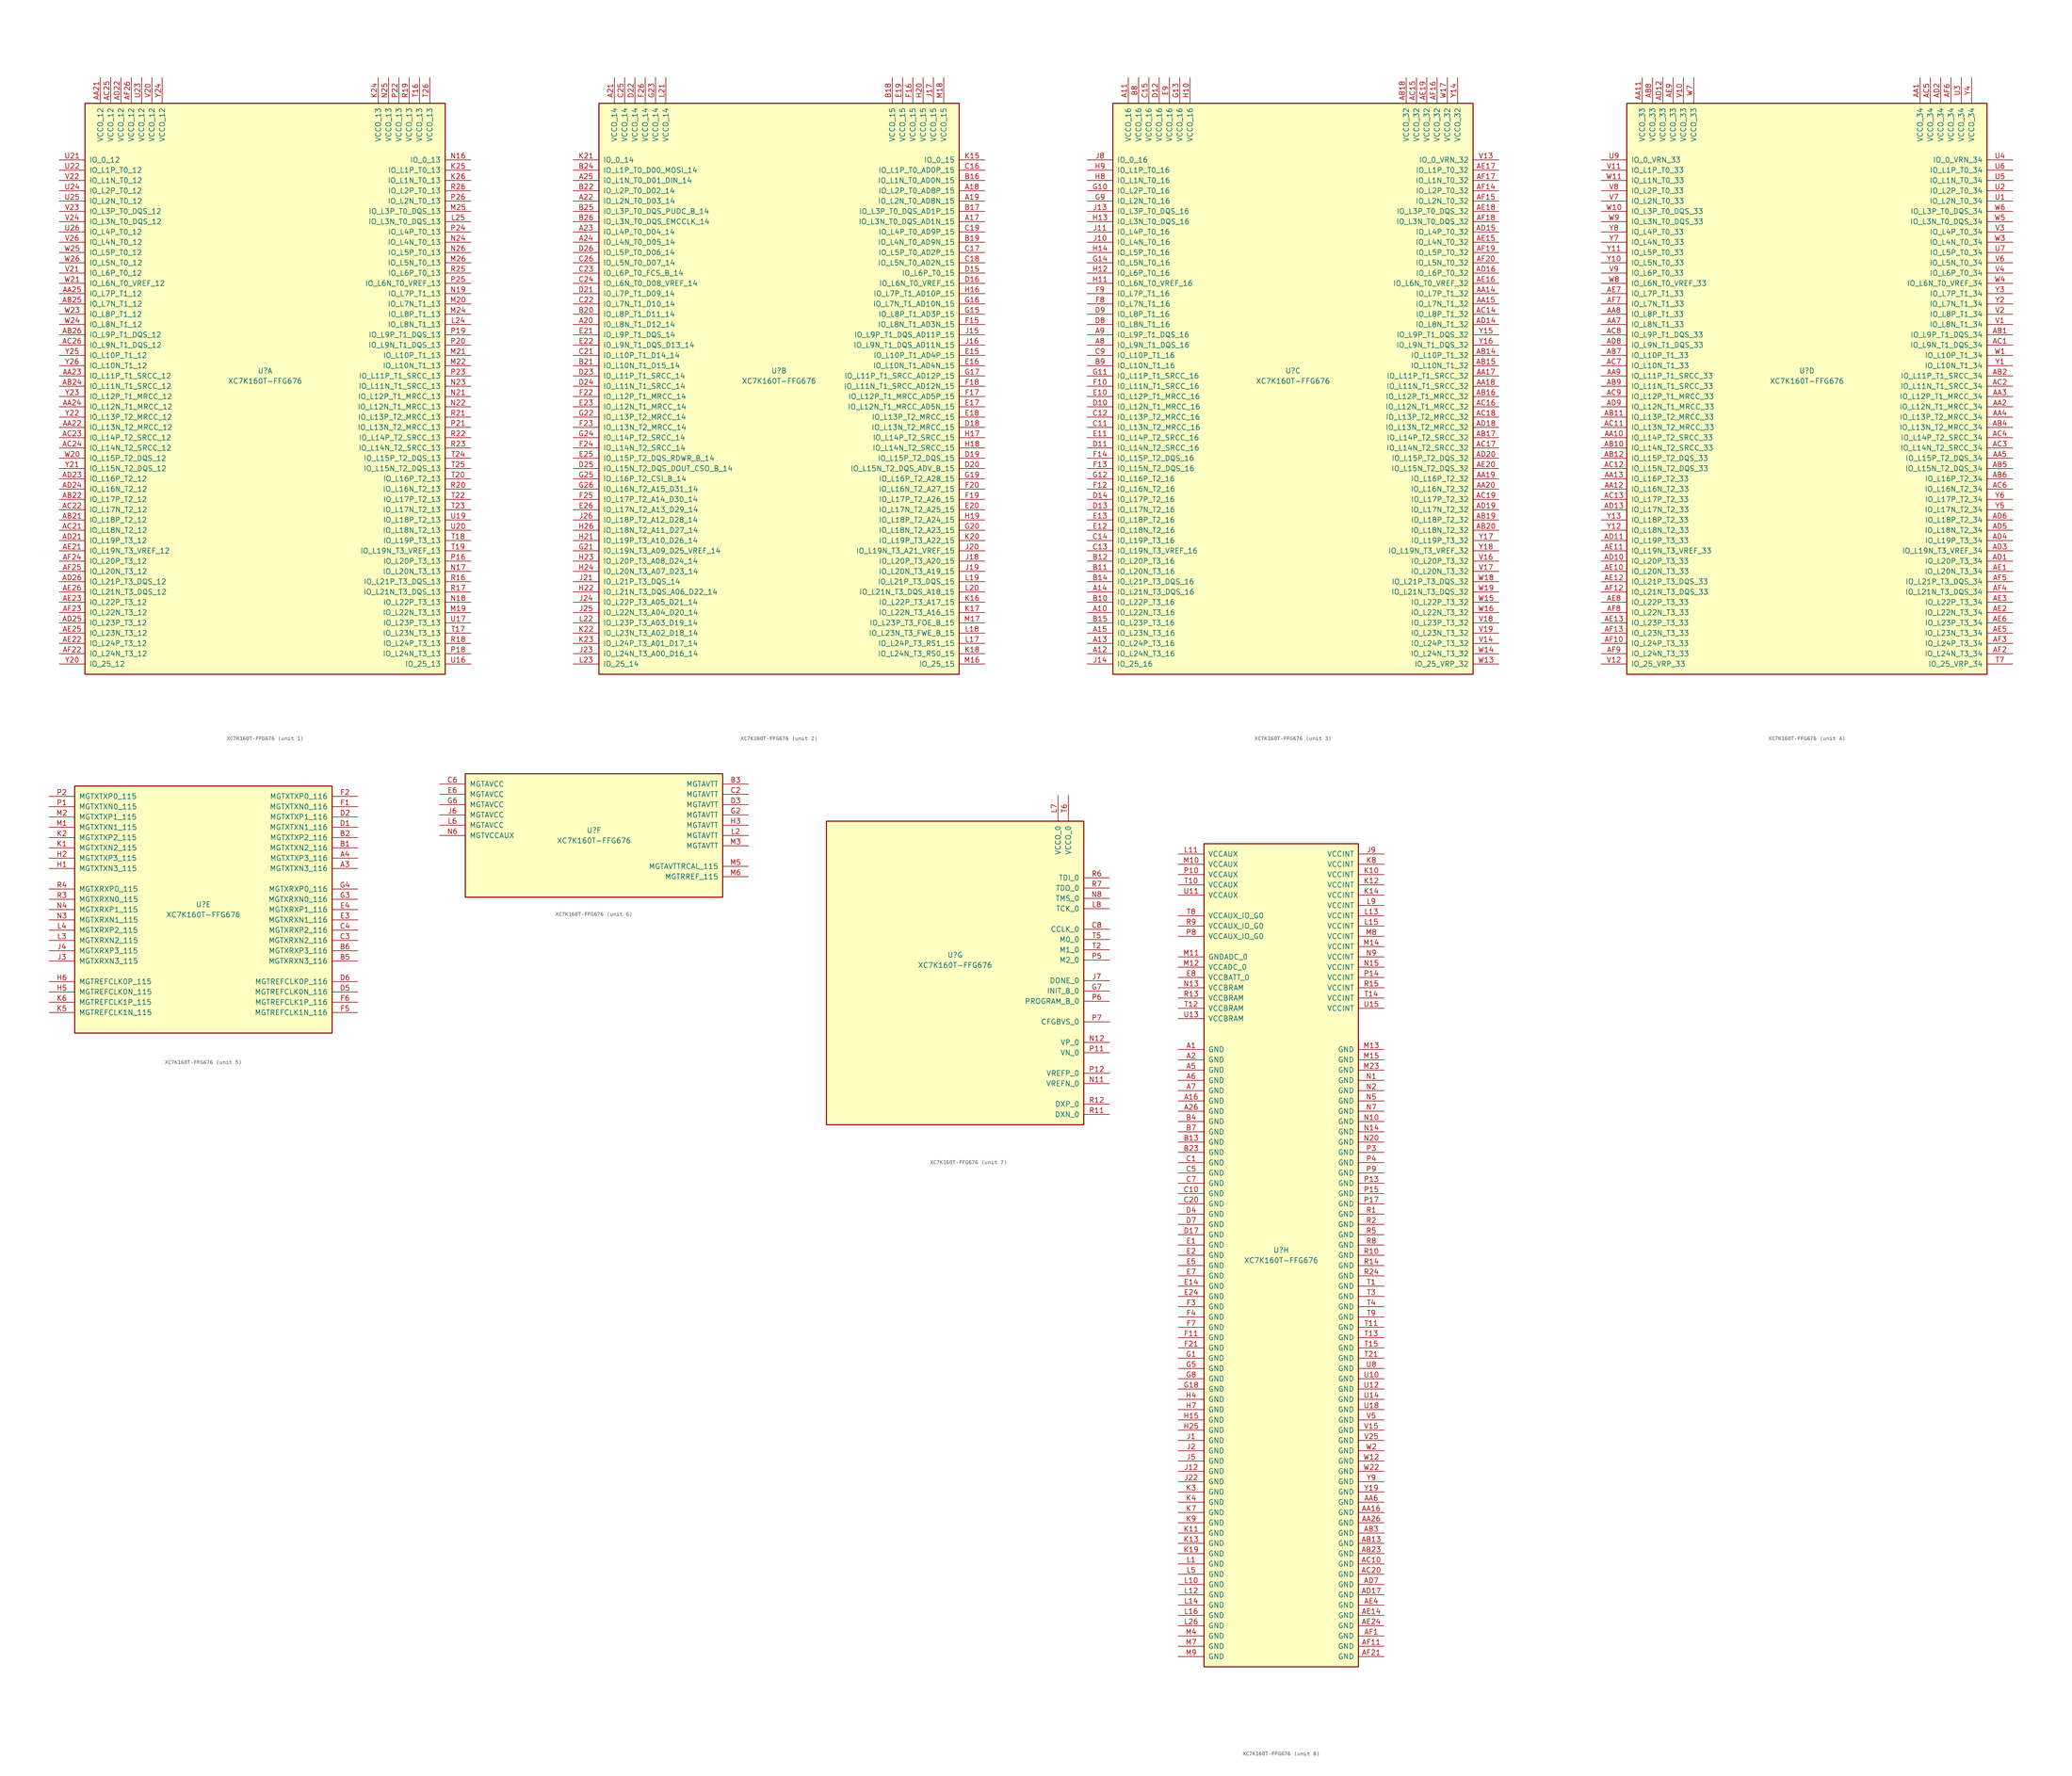
<source format=kicad_sym>
(kicad_symbol_lib
  (version 20201005)
  (generator kicad_symbol_editor)
  (symbol "XC7K160T-FFG676"
    (pin_names
      (offset 1.016))
    (property "Reference" "U"
      (at 0 1.27 0)
      (effects (font (size 1.27 1.27))))
    (property "Value" "XC7K160T-FFG676"
      (at 0 -1.27 0)
      (effects (font (size 1.27 1.27))))
    (property "Datasheet" ""
      (at 0 0 0)
      (effects (font (size 1.27 1.27))))
    (property "ki_locked" ""
      (at 0 0 0)
      (effects (font (size 1.27 1.27))))
    (symbol "XC7K160T-FFG676_1_1"
      (rectangle (start -44.45 67.31) (end 44.45 -73.66) (stroke (width 0.254)) (fill (type background)))
      (pin power_in line (at -40.64 73.66 270) (length 6.35) (name "VCCO_12" (effects (font (size 1.27 1.27)))) (number "AA21" (effects (font (size 1.27 1.27)))))
      (pin power_in line (at -38.1 73.66 270) (length 6.35) (name "VCCO_12" (effects (font (size 1.27 1.27)))) (number "AC25" (effects (font (size 1.27 1.27)))))
      (pin power_in line (at -35.56 73.66 270) (length 6.35) (name "VCCO_12" (effects (font (size 1.27 1.27)))) (number "AD22" (effects (font (size 1.27 1.27)))))
      (pin power_in line (at -33.02 73.66 270) (length 6.35) (name "VCCO_12" (effects (font (size 1.27 1.27)))) (number "AF26" (effects (font (size 1.27 1.27)))))
      (pin power_in line (at -30.48 73.66 270) (length 6.35) (name "VCCO_12" (effects (font (size 1.27 1.27)))) (number "U23" (effects (font (size 1.27 1.27)))))
      (pin power_in line (at -27.94 73.66 270) (length 6.35) (name "VCCO_12" (effects (font (size 1.27 1.27)))) (number "V20" (effects (font (size 1.27 1.27)))))
      (pin power_in line (at -25.4 73.66 270) (length 6.35) (name "VCCO_12" (effects (font (size 1.27 1.27)))) (number "Y24" (effects (font (size 1.27 1.27)))))
      (pin bidirectional line (at -50.8 53.34 0) (length 6.35) (name "IO_0_12" (effects (font (size 1.27 1.27)))) (number "U21" (effects (font (size 1.27 1.27)))))
      (pin bidirectional line (at -50.8 50.8 0) (length 6.35) (name "IO_L1P_T0_12" (effects (font (size 1.27 1.27)))) (number "U22" (effects (font (size 1.27 1.27)))))
      (pin bidirectional line (at -50.8 48.26 0) (length 6.35) (name "IO_L1N_T0_12" (effects (font (size 1.27 1.27)))) (number "V22" (effects (font (size 1.27 1.27)))))
      (pin bidirectional line (at -50.8 45.72 0) (length 6.35) (name "IO_L2P_T0_12" (effects (font (size 1.27 1.27)))) (number "U24" (effects (font (size 1.27 1.27)))))
      (pin bidirectional line (at -50.8 43.18 0) (length 6.35) (name "IO_L2N_T0_12" (effects (font (size 1.27 1.27)))) (number "U25" (effects (font (size 1.27 1.27)))))
      (pin bidirectional line (at -50.8 40.64 0) (length 6.35) (name "IO_L3P_T0_DQS_12" (effects (font (size 1.27 1.27)))) (number "V23" (effects (font (size 1.27 1.27)))))
      (pin bidirectional line (at -50.8 38.1 0) (length 6.35) (name "IO_L3N_T0_DQS_12" (effects (font (size 1.27 1.27)))) (number "V24" (effects (font (size 1.27 1.27)))))
      (pin bidirectional line (at -50.8 35.56 0) (length 6.35) (name "IO_L4P_T0_12" (effects (font (size 1.27 1.27)))) (number "U26" (effects (font (size 1.27 1.27)))))
      (pin bidirectional line (at -50.8 33.02 0) (length 6.35) (name "IO_L4N_T0_12" (effects (font (size 1.27 1.27)))) (number "V26" (effects (font (size 1.27 1.27)))))
      (pin bidirectional line (at -50.8 30.48 0) (length 6.35) (name "IO_L5P_T0_12" (effects (font (size 1.27 1.27)))) (number "W25" (effects (font (size 1.27 1.27)))))
      (pin bidirectional line (at -50.8 27.94 0) (length 6.35) (name "IO_L5N_T0_12" (effects (font (size 1.27 1.27)))) (number "W26" (effects (font (size 1.27 1.27)))))
      (pin bidirectional line (at -50.8 25.4 0) (length 6.35) (name "IO_L6P_T0_12" (effects (font (size 1.27 1.27)))) (number "V21" (effects (font (size 1.27 1.27)))))
      (pin bidirectional line (at -50.8 22.86 0) (length 6.35) (name "IO_L6N_T0_VREF_12" (effects (font (size 1.27 1.27)))) (number "W21" (effects (font (size 1.27 1.27)))))
      (pin bidirectional line (at -50.8 20.32 0) (length 6.35) (name "IO_L7P_T1_12" (effects (font (size 1.27 1.27)))) (number "AA25" (effects (font (size 1.27 1.27)))))
      (pin bidirectional line (at -50.8 17.78 0) (length 6.35) (name "IO_L7N_T1_12" (effects (font (size 1.27 1.27)))) (number "AB25" (effects (font (size 1.27 1.27)))))
      (pin bidirectional line (at -50.8 15.24 0) (length 6.35) (name "IO_L8P_T1_12" (effects (font (size 1.27 1.27)))) (number "W23" (effects (font (size 1.27 1.27)))))
      (pin bidirectional line (at -50.8 12.7 0) (length 6.35) (name "IO_L8N_T1_12" (effects (font (size 1.27 1.27)))) (number "W24" (effects (font (size 1.27 1.27)))))
      (pin bidirectional line (at -50.8 10.16 0) (length 6.35) (name "IO_L9P_T1_DQS_12" (effects (font (size 1.27 1.27)))) (number "AB26" (effects (font (size 1.27 1.27)))))
      (pin bidirectional line (at -50.8 7.62 0) (length 6.35) (name "IO_L9N_T1_DQS_12" (effects (font (size 1.27 1.27)))) (number "AC26" (effects (font (size 1.27 1.27)))))
      (pin bidirectional line (at -50.8 5.08 0) (length 6.35) (name "IO_L10P_T1_12" (effects (font (size 1.27 1.27)))) (number "Y25" (effects (font (size 1.27 1.27)))))
      (pin bidirectional line (at -50.8 2.54 0) (length 6.35) (name "IO_L10N_T1_12" (effects (font (size 1.27 1.27)))) (number "Y26" (effects (font (size 1.27 1.27)))))
      (pin bidirectional line (at -50.8 0 0) (length 6.35) (name "IO_L11P_T1_SRCC_12" (effects (font (size 1.27 1.27)))) (number "AA23" (effects (font (size 1.27 1.27)))))
      (pin bidirectional line (at -50.8 -2.54 0) (length 6.35) (name "IO_L11N_T1_SRCC_12" (effects (font (size 1.27 1.27)))) (number "AB24" (effects (font (size 1.27 1.27)))))
      (pin bidirectional line (at -50.8 -5.08 0) (length 6.35) (name "IO_L12P_T1_MRCC_12" (effects (font (size 1.27 1.27)))) (number "Y23" (effects (font (size 1.27 1.27)))))
      (pin bidirectional line (at -50.8 -7.62 0) (length 6.35) (name "IO_L12N_T1_MRCC_12" (effects (font (size 1.27 1.27)))) (number "AA24" (effects (font (size 1.27 1.27)))))
      (pin bidirectional line (at -50.8 -10.16 0) (length 6.35) (name "IO_L13P_T2_MRCC_12" (effects (font (size 1.27 1.27)))) (number "Y22" (effects (font (size 1.27 1.27)))))
      (pin bidirectional line (at -50.8 -12.7 0) (length 6.35) (name "IO_L13N_T2_MRCC_12" (effects (font (size 1.27 1.27)))) (number "AA22" (effects (font (size 1.27 1.27)))))
      (pin bidirectional line (at -50.8 -15.24 0) (length 6.35) (name "IO_L14P_T2_SRCC_12" (effects (font (size 1.27 1.27)))) (number "AC23" (effects (font (size 1.27 1.27)))))
      (pin bidirectional line (at -50.8 -17.78 0) (length 6.35) (name "IO_L14N_T2_SRCC_12" (effects (font (size 1.27 1.27)))) (number "AC24" (effects (font (size 1.27 1.27)))))
      (pin bidirectional line (at -50.8 -20.32 0) (length 6.35) (name "IO_L15P_T2_DQS_12" (effects (font (size 1.27 1.27)))) (number "W20" (effects (font (size 1.27 1.27)))))
      (pin bidirectional line (at -50.8 -22.86 0) (length 6.35) (name "IO_L15N_T2_DQS_12" (effects (font (size 1.27 1.27)))) (number "Y21" (effects (font (size 1.27 1.27)))))
      (pin bidirectional line (at -50.8 -25.4 0) (length 6.35) (name "IO_L16P_T2_12" (effects (font (size 1.27 1.27)))) (number "AD23" (effects (font (size 1.27 1.27)))))
      (pin bidirectional line (at -50.8 -27.94 0) (length 6.35) (name "IO_L16N_T2_12" (effects (font (size 1.27 1.27)))) (number "AD24" (effects (font (size 1.27 1.27)))))
      (pin bidirectional line (at -50.8 -30.48 0) (length 6.35) (name "IO_L17P_T2_12" (effects (font (size 1.27 1.27)))) (number "AB22" (effects (font (size 1.27 1.27)))))
      (pin bidirectional line (at -50.8 -33.02 0) (length 6.35) (name "IO_L17N_T2_12" (effects (font (size 1.27 1.27)))) (number "AC22" (effects (font (size 1.27 1.27)))))
      (pin bidirectional line (at -50.8 -35.56 0) (length 6.35) (name "IO_L18P_T2_12" (effects (font (size 1.27 1.27)))) (number "AB21" (effects (font (size 1.27 1.27)))))
      (pin bidirectional line (at -50.8 -38.1 0) (length 6.35) (name "IO_L18N_T2_12" (effects (font (size 1.27 1.27)))) (number "AC21" (effects (font (size 1.27 1.27)))))
      (pin bidirectional line (at -50.8 -40.64 0) (length 6.35) (name "IO_L19P_T3_12" (effects (font (size 1.27 1.27)))) (number "AD21" (effects (font (size 1.27 1.27)))))
      (pin bidirectional line (at -50.8 -43.18 0) (length 6.35) (name "IO_L19N_T3_VREF_12" (effects (font (size 1.27 1.27)))) (number "AE21" (effects (font (size 1.27 1.27)))))
      (pin bidirectional line (at -50.8 -45.72 0) (length 6.35) (name "IO_L20P_T3_12" (effects (font (size 1.27 1.27)))) (number "AF24" (effects (font (size 1.27 1.27)))))
      (pin bidirectional line (at -50.8 -48.26 0) (length 6.35) (name "IO_L20N_T3_12" (effects (font (size 1.27 1.27)))) (number "AF25" (effects (font (size 1.27 1.27)))))
      (pin bidirectional line (at -50.8 -50.8 0) (length 6.35) (name "IO_L21P_T3_DQS_12" (effects (font (size 1.27 1.27)))) (number "AD26" (effects (font (size 1.27 1.27)))))
      (pin bidirectional line (at -50.8 -53.34 0) (length 6.35) (name "IO_L21N_T3_DQS_12" (effects (font (size 1.27 1.27)))) (number "AE26" (effects (font (size 1.27 1.27)))))
      (pin bidirectional line (at -50.8 -55.88 0) (length 6.35) (name "IO_L22P_T3_12" (effects (font (size 1.27 1.27)))) (number "AE23" (effects (font (size 1.27 1.27)))))
      (pin bidirectional line (at -50.8 -58.42 0) (length 6.35) (name "IO_L22N_T3_12" (effects (font (size 1.27 1.27)))) (number "AF23" (effects (font (size 1.27 1.27)))))
      (pin bidirectional line (at -50.8 -60.96 0) (length 6.35) (name "IO_L23P_T3_12" (effects (font (size 1.27 1.27)))) (number "AD25" (effects (font (size 1.27 1.27)))))
      (pin bidirectional line (at -50.8 -63.5 0) (length 6.35) (name "IO_L23N_T3_12" (effects (font (size 1.27 1.27)))) (number "AE25" (effects (font (size 1.27 1.27)))))
      (pin bidirectional line (at -50.8 -66.04 0) (length 6.35) (name "IO_L24P_T3_12" (effects (font (size 1.27 1.27)))) (number "AE22" (effects (font (size 1.27 1.27)))))
      (pin bidirectional line (at -50.8 -68.58 0) (length 6.35) (name "IO_L24N_T3_12" (effects (font (size 1.27 1.27)))) (number "AF22" (effects (font (size 1.27 1.27)))))
      (pin bidirectional line (at -50.8 -71.12 0) (length 6.35) (name "IO_25_12" (effects (font (size 1.27 1.27)))) (number "Y20" (effects (font (size 1.27 1.27)))))
      (pin power_in line (at 27.94 73.66 270) (length 6.35) (name "VCCO_13" (effects (font (size 1.27 1.27)))) (number "K24" (effects (font (size 1.27 1.27)))))
      (pin power_in line (at 30.48 73.66 270) (length 6.35) (name "VCCO_13" (effects (font (size 1.27 1.27)))) (number "N25" (effects (font (size 1.27 1.27)))))
      (pin power_in line (at 33.02 73.66 270) (length 6.35) (name "VCCO_13" (effects (font (size 1.27 1.27)))) (number "P22" (effects (font (size 1.27 1.27)))))
      (pin power_in line (at 35.56 73.66 270) (length 6.35) (name "VCCO_13" (effects (font (size 1.27 1.27)))) (number "R19" (effects (font (size 1.27 1.27)))))
      (pin power_in line (at 38.1 73.66 270) (length 6.35) (name "VCCO_13" (effects (font (size 1.27 1.27)))) (number "T16" (effects (font (size 1.27 1.27)))))
      (pin power_in line (at 40.64 73.66 270) (length 6.35) (name "VCCO_13" (effects (font (size 1.27 1.27)))) (number "T26" (effects (font (size 1.27 1.27)))))
      (pin bidirectional line (at 50.8 53.34 180) (length 6.35) (name "IO_0_13" (effects (font (size 1.27 1.27)))) (number "N16" (effects (font (size 1.27 1.27)))))
      (pin bidirectional line (at 50.8 50.8 180) (length 6.35) (name "IO_L1P_T0_13" (effects (font (size 1.27 1.27)))) (number "K25" (effects (font (size 1.27 1.27)))))
      (pin bidirectional line (at 50.8 48.26 180) (length 6.35) (name "IO_L1N_T0_13" (effects (font (size 1.27 1.27)))) (number "K26" (effects (font (size 1.27 1.27)))))
      (pin bidirectional line (at 50.8 45.72 180) (length 6.35) (name "IO_L2P_T0_13" (effects (font (size 1.27 1.27)))) (number "R26" (effects (font (size 1.27 1.27)))))
      (pin bidirectional line (at 50.8 43.18 180) (length 6.35) (name "IO_L2N_T0_13" (effects (font (size 1.27 1.27)))) (number "P26" (effects (font (size 1.27 1.27)))))
      (pin bidirectional line (at 50.8 40.64 180) (length 6.35) (name "IO_L3P_T0_DQS_13" (effects (font (size 1.27 1.27)))) (number "M25" (effects (font (size 1.27 1.27)))))
      (pin bidirectional line (at 50.8 38.1 180) (length 6.35) (name "IO_L3N_T0_DQS_13" (effects (font (size 1.27 1.27)))) (number "L25" (effects (font (size 1.27 1.27)))))
      (pin bidirectional line (at 50.8 35.56 180) (length 6.35) (name "IO_L4P_T0_13" (effects (font (size 1.27 1.27)))) (number "P24" (effects (font (size 1.27 1.27)))))
      (pin bidirectional line (at 50.8 33.02 180) (length 6.35) (name "IO_L4N_T0_13" (effects (font (size 1.27 1.27)))) (number "N24" (effects (font (size 1.27 1.27)))))
      (pin bidirectional line (at 50.8 30.48 180) (length 6.35) (name "IO_L5P_T0_13" (effects (font (size 1.27 1.27)))) (number "N26" (effects (font (size 1.27 1.27)))))
      (pin bidirectional line (at 50.8 27.94 180) (length 6.35) (name "IO_L5N_T0_13" (effects (font (size 1.27 1.27)))) (number "M26" (effects (font (size 1.27 1.27)))))
      (pin bidirectional line (at 50.8 25.4 180) (length 6.35) (name "IO_L6P_T0_13" (effects (font (size 1.27 1.27)))) (number "R25" (effects (font (size 1.27 1.27)))))
      (pin bidirectional line (at 50.8 22.86 180) (length 6.35) (name "IO_L6N_T0_VREF_13" (effects (font (size 1.27 1.27)))) (number "P25" (effects (font (size 1.27 1.27)))))
      (pin bidirectional line (at 50.8 20.32 180) (length 6.35) (name "IO_L7P_T1_13" (effects (font (size 1.27 1.27)))) (number "N19" (effects (font (size 1.27 1.27)))))
      (pin bidirectional line (at 50.8 17.78 180) (length 6.35) (name "IO_L7N_T1_13" (effects (font (size 1.27 1.27)))) (number "M20" (effects (font (size 1.27 1.27)))))
      (pin bidirectional line (at 50.8 15.24 180) (length 6.35) (name "IO_L8P_T1_13" (effects (font (size 1.27 1.27)))) (number "M24" (effects (font (size 1.27 1.27)))))
      (pin bidirectional line (at 50.8 12.7 180) (length 6.35) (name "IO_L8N_T1_13" (effects (font (size 1.27 1.27)))) (number "L24" (effects (font (size 1.27 1.27)))))
      (pin bidirectional line (at 50.8 10.16 180) (length 6.35) (name "IO_L9P_T1_DQS_13" (effects (font (size 1.27 1.27)))) (number "P19" (effects (font (size 1.27 1.27)))))
      (pin bidirectional line (at 50.8 7.62 180) (length 6.35) (name "IO_L9N_T1_DQS_13" (effects (font (size 1.27 1.27)))) (number "P20" (effects (font (size 1.27 1.27)))))
      (pin bidirectional line (at 50.8 5.08 180) (length 6.35) (name "IO_L10P_T1_13" (effects (font (size 1.27 1.27)))) (number "M21" (effects (font (size 1.27 1.27)))))
      (pin bidirectional line (at 50.8 2.54 180) (length 6.35) (name "IO_L10N_T1_13" (effects (font (size 1.27 1.27)))) (number "M22" (effects (font (size 1.27 1.27)))))
      (pin bidirectional line (at 50.8 0 180) (length 6.35) (name "IO_L11P_T1_SRCC_13" (effects (font (size 1.27 1.27)))) (number "P23" (effects (font (size 1.27 1.27)))))
      (pin bidirectional line (at 50.8 -2.54 180) (length 6.35) (name "IO_L11N_T1_SRCC_13" (effects (font (size 1.27 1.27)))) (number "N23" (effects (font (size 1.27 1.27)))))
      (pin bidirectional line (at 50.8 -5.08 180) (length 6.35) (name "IO_L12P_T1_MRCC_13" (effects (font (size 1.27 1.27)))) (number "N21" (effects (font (size 1.27 1.27)))))
      (pin bidirectional line (at 50.8 -7.62 180) (length 6.35) (name "IO_L12N_T1_MRCC_13" (effects (font (size 1.27 1.27)))) (number "N22" (effects (font (size 1.27 1.27)))))
      (pin bidirectional line (at 50.8 -10.16 180) (length 6.35) (name "IO_L13P_T2_MRCC_13" (effects (font (size 1.27 1.27)))) (number "R21" (effects (font (size 1.27 1.27)))))
      (pin bidirectional line (at 50.8 -12.7 180) (length 6.35) (name "IO_L13N_T2_MRCC_13" (effects (font (size 1.27 1.27)))) (number "P21" (effects (font (size 1.27 1.27)))))
      (pin bidirectional line (at 50.8 -15.24 180) (length 6.35) (name "IO_L14P_T2_SRCC_13" (effects (font (size 1.27 1.27)))) (number "R22" (effects (font (size 1.27 1.27)))))
      (pin bidirectional line (at 50.8 -17.78 180) (length 6.35) (name "IO_L14N_T2_SRCC_13" (effects (font (size 1.27 1.27)))) (number "R23" (effects (font (size 1.27 1.27)))))
      (pin bidirectional line (at 50.8 -20.32 180) (length 6.35) (name "IO_L15P_T2_DQS_13" (effects (font (size 1.27 1.27)))) (number "T24" (effects (font (size 1.27 1.27)))))
      (pin bidirectional line (at 50.8 -22.86 180) (length 6.35) (name "IO_L15N_T2_DQS_13" (effects (font (size 1.27 1.27)))) (number "T25" (effects (font (size 1.27 1.27)))))
      (pin bidirectional line (at 50.8 -25.4 180) (length 6.35) (name "IO_L16P_T2_13" (effects (font (size 1.27 1.27)))) (number "T20" (effects (font (size 1.27 1.27)))))
      (pin bidirectional line (at 50.8 -27.94 180) (length 6.35) (name "IO_L16N_T2_13" (effects (font (size 1.27 1.27)))) (number "R20" (effects (font (size 1.27 1.27)))))
      (pin bidirectional line (at 50.8 -30.48 180) (length 6.35) (name "IO_L17P_T2_13" (effects (font (size 1.27 1.27)))) (number "T22" (effects (font (size 1.27 1.27)))))
      (pin bidirectional line (at 50.8 -33.02 180) (length 6.35) (name "IO_L17N_T2_13" (effects (font (size 1.27 1.27)))) (number "T23" (effects (font (size 1.27 1.27)))))
      (pin bidirectional line (at 50.8 -35.56 180) (length 6.35) (name "IO_L18P_T2_13" (effects (font (size 1.27 1.27)))) (number "U19" (effects (font (size 1.27 1.27)))))
      (pin bidirectional line (at 50.8 -38.1 180) (length 6.35) (name "IO_L18N_T2_13" (effects (font (size 1.27 1.27)))) (number "U20" (effects (font (size 1.27 1.27)))))
      (pin bidirectional line (at 50.8 -40.64 180) (length 6.35) (name "IO_L19P_T3_13" (effects (font (size 1.27 1.27)))) (number "T18" (effects (font (size 1.27 1.27)))))
      (pin bidirectional line (at 50.8 -43.18 180) (length 6.35) (name "IO_L19N_T3_VREF_13" (effects (font (size 1.27 1.27)))) (number "T19" (effects (font (size 1.27 1.27)))))
      (pin bidirectional line (at 50.8 -45.72 180) (length 6.35) (name "IO_L20P_T3_13" (effects (font (size 1.27 1.27)))) (number "P16" (effects (font (size 1.27 1.27)))))
      (pin bidirectional line (at 50.8 -48.26 180) (length 6.35) (name "IO_L20N_T3_13" (effects (font (size 1.27 1.27)))) (number "N17" (effects (font (size 1.27 1.27)))))
      (pin bidirectional line (at 50.8 -50.8 180) (length 6.35) (name "IO_L21P_T3_DQS_13" (effects (font (size 1.27 1.27)))) (number "R16" (effects (font (size 1.27 1.27)))))
      (pin bidirectional line (at 50.8 -53.34 180) (length 6.35) (name "IO_L21N_T3_DQS_13" (effects (font (size 1.27 1.27)))) (number "R17" (effects (font (size 1.27 1.27)))))
      (pin bidirectional line (at 50.8 -55.88 180) (length 6.35) (name "IO_L22P_T3_13" (effects (font (size 1.27 1.27)))) (number "N18" (effects (font (size 1.27 1.27)))))
      (pin bidirectional line (at 50.8 -58.42 180) (length 6.35) (name "IO_L22N_T3_13" (effects (font (size 1.27 1.27)))) (number "M19" (effects (font (size 1.27 1.27)))))
      (pin bidirectional line (at 50.8 -60.96 180) (length 6.35) (name "IO_L23P_T3_13" (effects (font (size 1.27 1.27)))) (number "U17" (effects (font (size 1.27 1.27)))))
      (pin bidirectional line (at 50.8 -63.5 180) (length 6.35) (name "IO_L23N_T3_13" (effects (font (size 1.27 1.27)))) (number "T17" (effects (font (size 1.27 1.27)))))
      (pin bidirectional line (at 50.8 -66.04 180) (length 6.35) (name "IO_L24P_T3_13" (effects (font (size 1.27 1.27)))) (number "R18" (effects (font (size 1.27 1.27)))))
      (pin bidirectional line (at 50.8 -68.58 180) (length 6.35) (name "IO_L24N_T3_13" (effects (font (size 1.27 1.27)))) (number "P18" (effects (font (size 1.27 1.27)))))
      (pin bidirectional line (at 50.8 -71.12 180) (length 6.35) (name "IO_25_13" (effects (font (size 1.27 1.27)))) (number "U16" (effects (font (size 1.27 1.27))))))
    (symbol "XC7K160T-FFG676_2_1"
      (rectangle (start -44.45 67.31) (end 44.45 -73.66) (stroke (width 0.254)) (fill (type background)))
      (pin power_in line (at -40.64 73.66 270) (length 6.35) (name "VCCO_14" (effects (font (size 1.27 1.27)))) (number "A21" (effects (font (size 1.27 1.27)))))
      (pin power_in line (at -38.1 73.66 270) (length 6.35) (name "VCCO_14" (effects (font (size 1.27 1.27)))) (number "C25" (effects (font (size 1.27 1.27)))))
      (pin power_in line (at -35.56 73.66 270) (length 6.35) (name "VCCO_14" (effects (font (size 1.27 1.27)))) (number "D22" (effects (font (size 1.27 1.27)))))
      (pin power_in line (at -33.02 73.66 270) (length 6.35) (name "VCCO_14" (effects (font (size 1.27 1.27)))) (number "F26" (effects (font (size 1.27 1.27)))))
      (pin power_in line (at -30.48 73.66 270) (length 6.35) (name "VCCO_14" (effects (font (size 1.27 1.27)))) (number "G23" (effects (font (size 1.27 1.27)))))
      (pin power_in line (at -27.94 73.66 270) (length 6.35) (name "VCCO_14" (effects (font (size 1.27 1.27)))) (number "L21" (effects (font (size 1.27 1.27)))))
      (pin bidirectional line (at -50.8 53.34 0) (length 6.35) (name "IO_0_14" (effects (font (size 1.27 1.27)))) (number "K21" (effects (font (size 1.27 1.27)))))
      (pin bidirectional line (at -50.8 50.8 0) (length 6.35) (name "IO_L1P_T0_D00_MOSI_14" (effects (font (size 1.27 1.27)))) (number "B24" (effects (font (size 1.27 1.27)))))
      (pin bidirectional line (at -50.8 48.26 0) (length 6.35) (name "IO_L1N_T0_D01_DIN_14" (effects (font (size 1.27 1.27)))) (number "A25" (effects (font (size 1.27 1.27)))))
      (pin bidirectional line (at -50.8 45.72 0) (length 6.35) (name "IO_L2P_T0_D02_14" (effects (font (size 1.27 1.27)))) (number "B22" (effects (font (size 1.27 1.27)))))
      (pin bidirectional line (at -50.8 43.18 0) (length 6.35) (name "IO_L2N_T0_D03_14" (effects (font (size 1.27 1.27)))) (number "A22" (effects (font (size 1.27 1.27)))))
      (pin bidirectional line (at -50.8 40.64 0) (length 6.35) (name "IO_L3P_T0_DQS_PUDC_B_14" (effects (font (size 1.27 1.27)))) (number "B25" (effects (font (size 1.27 1.27)))))
      (pin bidirectional line (at -50.8 38.1 0) (length 6.35) (name "IO_L3N_T0_DQS_EMCCLK_14" (effects (font (size 1.27 1.27)))) (number "B26" (effects (font (size 1.27 1.27)))))
      (pin bidirectional line (at -50.8 35.56 0) (length 6.35) (name "IO_L4P_T0_D04_14" (effects (font (size 1.27 1.27)))) (number "A23" (effects (font (size 1.27 1.27)))))
      (pin bidirectional line (at -50.8 33.02 0) (length 6.35) (name "IO_L4N_T0_D05_14" (effects (font (size 1.27 1.27)))) (number "A24" (effects (font (size 1.27 1.27)))))
      (pin bidirectional line (at -50.8 30.48 0) (length 6.35) (name "IO_L5P_T0_D06_14" (effects (font (size 1.27 1.27)))) (number "D26" (effects (font (size 1.27 1.27)))))
      (pin bidirectional line (at -50.8 27.94 0) (length 6.35) (name "IO_L5N_T0_D07_14" (effects (font (size 1.27 1.27)))) (number "C26" (effects (font (size 1.27 1.27)))))
      (pin bidirectional line (at -50.8 25.4 0) (length 6.35) (name "IO_L6P_T0_FCS_B_14" (effects (font (size 1.27 1.27)))) (number "C23" (effects (font (size 1.27 1.27)))))
      (pin bidirectional line (at -50.8 22.86 0) (length 6.35) (name "IO_L6N_T0_D08_VREF_14" (effects (font (size 1.27 1.27)))) (number "C24" (effects (font (size 1.27 1.27)))))
      (pin bidirectional line (at -50.8 20.32 0) (length 6.35) (name "IO_L7P_T1_D09_14" (effects (font (size 1.27 1.27)))) (number "D21" (effects (font (size 1.27 1.27)))))
      (pin bidirectional line (at -50.8 17.78 0) (length 6.35) (name "IO_L7N_T1_D10_14" (effects (font (size 1.27 1.27)))) (number "C22" (effects (font (size 1.27 1.27)))))
      (pin bidirectional line (at -50.8 15.24 0) (length 6.35) (name "IO_L8P_T1_D11_14" (effects (font (size 1.27 1.27)))) (number "B20" (effects (font (size 1.27 1.27)))))
      (pin bidirectional line (at -50.8 12.7 0) (length 6.35) (name "IO_L8N_T1_D12_14" (effects (font (size 1.27 1.27)))) (number "A20" (effects (font (size 1.27 1.27)))))
      (pin bidirectional line (at -50.8 10.16 0) (length 6.35) (name "IO_L9P_T1_DQS_14" (effects (font (size 1.27 1.27)))) (number "E21" (effects (font (size 1.27 1.27)))))
      (pin bidirectional line (at -50.8 7.62 0) (length 6.35) (name "IO_L9N_T1_DQS_D13_14" (effects (font (size 1.27 1.27)))) (number "E22" (effects (font (size 1.27 1.27)))))
      (pin bidirectional line (at -50.8 5.08 0) (length 6.35) (name "IO_L10P_T1_D14_14" (effects (font (size 1.27 1.27)))) (number "C21" (effects (font (size 1.27 1.27)))))
      (pin bidirectional line (at -50.8 2.54 0) (length 6.35) (name "IO_L10N_T1_D15_14" (effects (font (size 1.27 1.27)))) (number "B21" (effects (font (size 1.27 1.27)))))
      (pin bidirectional line (at -50.8 0 0) (length 6.35) (name "IO_L11P_T1_SRCC_14" (effects (font (size 1.27 1.27)))) (number "D23" (effects (font (size 1.27 1.27)))))
      (pin bidirectional line (at -50.8 -2.54 0) (length 6.35) (name "IO_L11N_T1_SRCC_14" (effects (font (size 1.27 1.27)))) (number "D24" (effects (font (size 1.27 1.27)))))
      (pin bidirectional line (at -50.8 -5.08 0) (length 6.35) (name "IO_L12P_T1_MRCC_14" (effects (font (size 1.27 1.27)))) (number "F22" (effects (font (size 1.27 1.27)))))
      (pin bidirectional line (at -50.8 -7.62 0) (length 6.35) (name "IO_L12N_T1_MRCC_14" (effects (font (size 1.27 1.27)))) (number "E23" (effects (font (size 1.27 1.27)))))
      (pin bidirectional line (at -50.8 -10.16 0) (length 6.35) (name "IO_L13P_T2_MRCC_14" (effects (font (size 1.27 1.27)))) (number "G22" (effects (font (size 1.27 1.27)))))
      (pin bidirectional line (at -50.8 -12.7 0) (length 6.35) (name "IO_L13N_T2_MRCC_14" (effects (font (size 1.27 1.27)))) (number "F23" (effects (font (size 1.27 1.27)))))
      (pin bidirectional line (at -50.8 -15.24 0) (length 6.35) (name "IO_L14P_T2_SRCC_14" (effects (font (size 1.27 1.27)))) (number "G24" (effects (font (size 1.27 1.27)))))
      (pin bidirectional line (at -50.8 -17.78 0) (length 6.35) (name "IO_L14N_T2_SRCC_14" (effects (font (size 1.27 1.27)))) (number "F24" (effects (font (size 1.27 1.27)))))
      (pin bidirectional line (at -50.8 -20.32 0) (length 6.35) (name "IO_L15P_T2_DQS_RDWR_B_14" (effects (font (size 1.27 1.27)))) (number "E25" (effects (font (size 1.27 1.27)))))
      (pin bidirectional line (at -50.8 -22.86 0) (length 6.35) (name "IO_L15N_T2_DQS_DOUT_CSO_B_14" (effects (font (size 1.27 1.27)))) (number "D25" (effects (font (size 1.27 1.27)))))
      (pin bidirectional line (at -50.8 -25.4 0) (length 6.35) (name "IO_L16P_T2_CSI_B_14" (effects (font (size 1.27 1.27)))) (number "G25" (effects (font (size 1.27 1.27)))))
      (pin bidirectional line (at -50.8 -27.94 0) (length 6.35) (name "IO_L16N_T2_A15_D31_14" (effects (font (size 1.27 1.27)))) (number "G26" (effects (font (size 1.27 1.27)))))
      (pin bidirectional line (at -50.8 -30.48 0) (length 6.35) (name "IO_L17P_T2_A14_D30_14" (effects (font (size 1.27 1.27)))) (number "F25" (effects (font (size 1.27 1.27)))))
      (pin bidirectional line (at -50.8 -33.02 0) (length 6.35) (name "IO_L17N_T2_A13_D29_14" (effects (font (size 1.27 1.27)))) (number "E26" (effects (font (size 1.27 1.27)))))
      (pin bidirectional line (at -50.8 -35.56 0) (length 6.35) (name "IO_L18P_T2_A12_D28_14" (effects (font (size 1.27 1.27)))) (number "J26" (effects (font (size 1.27 1.27)))))
      (pin bidirectional line (at -50.8 -38.1 0) (length 6.35) (name "IO_L18N_T2_A11_D27_14" (effects (font (size 1.27 1.27)))) (number "H26" (effects (font (size 1.27 1.27)))))
      (pin bidirectional line (at -50.8 -40.64 0) (length 6.35) (name "IO_L19P_T3_A10_D26_14" (effects (font (size 1.27 1.27)))) (number "H21" (effects (font (size 1.27 1.27)))))
      (pin bidirectional line (at -50.8 -43.18 0) (length 6.35) (name "IO_L19N_T3_A09_D25_VREF_14" (effects (font (size 1.27 1.27)))) (number "G21" (effects (font (size 1.27 1.27)))))
      (pin bidirectional line (at -50.8 -45.72 0) (length 6.35) (name "IO_L20P_T3_A08_D24_14" (effects (font (size 1.27 1.27)))) (number "H23" (effects (font (size 1.27 1.27)))))
      (pin bidirectional line (at -50.8 -48.26 0) (length 6.35) (name "IO_L20N_T3_A07_D23_14" (effects (font (size 1.27 1.27)))) (number "H24" (effects (font (size 1.27 1.27)))))
      (pin bidirectional line (at -50.8 -50.8 0) (length 6.35) (name "IO_L21P_T3_DQS_14" (effects (font (size 1.27 1.27)))) (number "J21" (effects (font (size 1.27 1.27)))))
      (pin bidirectional line (at -50.8 -53.34 0) (length 6.35) (name "IO_L21N_T3_DQS_A06_D22_14" (effects (font (size 1.27 1.27)))) (number "H22" (effects (font (size 1.27 1.27)))))
      (pin bidirectional line (at -50.8 -55.88 0) (length 6.35) (name "IO_L22P_T3_A05_D21_14" (effects (font (size 1.27 1.27)))) (number "J24" (effects (font (size 1.27 1.27)))))
      (pin bidirectional line (at -50.8 -58.42 0) (length 6.35) (name "IO_L22N_T3_A04_D20_14" (effects (font (size 1.27 1.27)))) (number "J25" (effects (font (size 1.27 1.27)))))
      (pin bidirectional line (at -50.8 -60.96 0) (length 6.35) (name "IO_L23P_T3_A03_D19_14" (effects (font (size 1.27 1.27)))) (number "L22" (effects (font (size 1.27 1.27)))))
      (pin bidirectional line (at -50.8 -63.5 0) (length 6.35) (name "IO_L23N_T3_A02_D18_14" (effects (font (size 1.27 1.27)))) (number "K22" (effects (font (size 1.27 1.27)))))
      (pin bidirectional line (at -50.8 -66.04 0) (length 6.35) (name "IO_L24P_T3_A01_D17_14" (effects (font (size 1.27 1.27)))) (number "K23" (effects (font (size 1.27 1.27)))))
      (pin bidirectional line (at -50.8 -68.58 0) (length 6.35) (name "IO_L24N_T3_A00_D16_14" (effects (font (size 1.27 1.27)))) (number "J23" (effects (font (size 1.27 1.27)))))
      (pin bidirectional line (at -50.8 -71.12 0) (length 6.35) (name "IO_25_14" (effects (font (size 1.27 1.27)))) (number "L23" (effects (font (size 1.27 1.27)))))
      (pin power_in line (at 27.94 73.66 270) (length 6.35) (name "VCCO_15" (effects (font (size 1.27 1.27)))) (number "B18" (effects (font (size 1.27 1.27)))))
      (pin power_in line (at 30.48 73.66 270) (length 6.35) (name "VCCO_15" (effects (font (size 1.27 1.27)))) (number "E19" (effects (font (size 1.27 1.27)))))
      (pin power_in line (at 33.02 73.66 270) (length 6.35) (name "VCCO_15" (effects (font (size 1.27 1.27)))) (number "F16" (effects (font (size 1.27 1.27)))))
      (pin power_in line (at 35.56 73.66 270) (length 6.35) (name "VCCO_15" (effects (font (size 1.27 1.27)))) (number "H20" (effects (font (size 1.27 1.27)))))
      (pin power_in line (at 38.1 73.66 270) (length 6.35) (name "VCCO_15" (effects (font (size 1.27 1.27)))) (number "J17" (effects (font (size 1.27 1.27)))))
      (pin power_in line (at 40.64 73.66 270) (length 6.35) (name "VCCO_15" (effects (font (size 1.27 1.27)))) (number "M18" (effects (font (size 1.27 1.27)))))
      (pin bidirectional line (at 50.8 53.34 180) (length 6.35) (name "IO_0_15" (effects (font (size 1.27 1.27)))) (number "K15" (effects (font (size 1.27 1.27)))))
      (pin bidirectional line (at 50.8 50.8 180) (length 6.35) (name "IO_L1P_T0_AD0P_15" (effects (font (size 1.27 1.27)))) (number "C16" (effects (font (size 1.27 1.27)))))
      (pin bidirectional line (at 50.8 48.26 180) (length 6.35) (name "IO_L1N_T0_AD0N_15" (effects (font (size 1.27 1.27)))) (number "B16" (effects (font (size 1.27 1.27)))))
      (pin bidirectional line (at 50.8 45.72 180) (length 6.35) (name "IO_L2P_T0_AD8P_15" (effects (font (size 1.27 1.27)))) (number "A18" (effects (font (size 1.27 1.27)))))
      (pin bidirectional line (at 50.8 43.18 180) (length 6.35) (name "IO_L2N_T0_AD8N_15" (effects (font (size 1.27 1.27)))) (number "A19" (effects (font (size 1.27 1.27)))))
      (pin bidirectional line (at 50.8 40.64 180) (length 6.35) (name "IO_L3P_T0_DQS_AD1P_15" (effects (font (size 1.27 1.27)))) (number "B17" (effects (font (size 1.27 1.27)))))
      (pin bidirectional line (at 50.8 38.1 180) (length 6.35) (name "IO_L3N_T0_DQS_AD1N_15" (effects (font (size 1.27 1.27)))) (number "A17" (effects (font (size 1.27 1.27)))))
      (pin bidirectional line (at 50.8 35.56 180) (length 6.35) (name "IO_L4P_T0_AD9P_15" (effects (font (size 1.27 1.27)))) (number "C19" (effects (font (size 1.27 1.27)))))
      (pin bidirectional line (at 50.8 33.02 180) (length 6.35) (name "IO_L4N_T0_AD9N_15" (effects (font (size 1.27 1.27)))) (number "B19" (effects (font (size 1.27 1.27)))))
      (pin bidirectional line (at 50.8 30.48 180) (length 6.35) (name "IO_L5P_T0_AD2P_15" (effects (font (size 1.27 1.27)))) (number "C17" (effects (font (size 1.27 1.27)))))
      (pin bidirectional line (at 50.8 27.94 180) (length 6.35) (name "IO_L5N_T0_AD2N_15" (effects (font (size 1.27 1.27)))) (number "C18" (effects (font (size 1.27 1.27)))))
      (pin bidirectional line (at 50.8 25.4 180) (length 6.35) (name "IO_L6P_T0_15" (effects (font (size 1.27 1.27)))) (number "D15" (effects (font (size 1.27 1.27)))))
      (pin bidirectional line (at 50.8 22.86 180) (length 6.35) (name "IO_L6N_T0_VREF_15" (effects (font (size 1.27 1.27)))) (number "D16" (effects (font (size 1.27 1.27)))))
      (pin bidirectional line (at 50.8 20.32 180) (length 6.35) (name "IO_L7P_T1_AD10P_15" (effects (font (size 1.27 1.27)))) (number "H16" (effects (font (size 1.27 1.27)))))
      (pin bidirectional line (at 50.8 17.78 180) (length 6.35) (name "IO_L7N_T1_AD10N_15" (effects (font (size 1.27 1.27)))) (number "G16" (effects (font (size 1.27 1.27)))))
      (pin bidirectional line (at 50.8 15.24 180) (length 6.35) (name "IO_L8P_T1_AD3P_15" (effects (font (size 1.27 1.27)))) (number "G15" (effects (font (size 1.27 1.27)))))
      (pin bidirectional line (at 50.8 12.7 180) (length 6.35) (name "IO_L8N_T1_AD3N_15" (effects (font (size 1.27 1.27)))) (number "F15" (effects (font (size 1.27 1.27)))))
      (pin bidirectional line (at 50.8 10.16 180) (length 6.35) (name "IO_L9P_T1_DQS_AD11P_15" (effects (font (size 1.27 1.27)))) (number "J15" (effects (font (size 1.27 1.27)))))
      (pin bidirectional line (at 50.8 7.62 180) (length 6.35) (name "IO_L9N_T1_DQS_AD11N_15" (effects (font (size 1.27 1.27)))) (number "J16" (effects (font (size 1.27 1.27)))))
      (pin bidirectional line (at 50.8 5.08 180) (length 6.35) (name "IO_L10P_T1_AD4P_15" (effects (font (size 1.27 1.27)))) (number "E15" (effects (font (size 1.27 1.27)))))
      (pin bidirectional line (at 50.8 2.54 180) (length 6.35) (name "IO_L10N_T1_AD4N_15" (effects (font (size 1.27 1.27)))) (number "E16" (effects (font (size 1.27 1.27)))))
      (pin bidirectional line (at 50.8 0 180) (length 6.35) (name "IO_L11P_T1_SRCC_AD12P_15" (effects (font (size 1.27 1.27)))) (number "G17" (effects (font (size 1.27 1.27)))))
      (pin bidirectional line (at 50.8 -2.54 180) (length 6.35) (name "IO_L11N_T1_SRCC_AD12N_15" (effects (font (size 1.27 1.27)))) (number "F18" (effects (font (size 1.27 1.27)))))
      (pin bidirectional line (at 50.8 -5.08 180) (length 6.35) (name "IO_L12P_T1_MRCC_AD5P_15" (effects (font (size 1.27 1.27)))) (number "F17" (effects (font (size 1.27 1.27)))))
      (pin bidirectional line (at 50.8 -7.62 180) (length 6.35) (name "IO_L12N_T1_MRCC_AD5N_15" (effects (font (size 1.27 1.27)))) (number "E17" (effects (font (size 1.27 1.27)))))
      (pin bidirectional line (at 50.8 -10.16 180) (length 6.35) (name "IO_L13P_T2_MRCC_15" (effects (font (size 1.27 1.27)))) (number "E18" (effects (font (size 1.27 1.27)))))
      (pin bidirectional line (at 50.8 -12.7 180) (length 6.35) (name "IO_L13N_T2_MRCC_15" (effects (font (size 1.27 1.27)))) (number "D18" (effects (font (size 1.27 1.27)))))
      (pin bidirectional line (at 50.8 -15.24 180) (length 6.35) (name "IO_L14P_T2_SRCC_15" (effects (font (size 1.27 1.27)))) (number "H17" (effects (font (size 1.27 1.27)))))
      (pin bidirectional line (at 50.8 -17.78 180) (length 6.35) (name "IO_L14N_T2_SRCC_15" (effects (font (size 1.27 1.27)))) (number "H18" (effects (font (size 1.27 1.27)))))
      (pin bidirectional line (at 50.8 -20.32 180) (length 6.35) (name "IO_L15P_T2_DQS_15" (effects (font (size 1.27 1.27)))) (number "D19" (effects (font (size 1.27 1.27)))))
      (pin bidirectional line (at 50.8 -22.86 180) (length 6.35) (name "IO_L15N_T2_DQS_ADV_B_15" (effects (font (size 1.27 1.27)))) (number "D20" (effects (font (size 1.27 1.27)))))
      (pin bidirectional line (at 50.8 -25.4 180) (length 6.35) (name "IO_L16P_T2_A28_15" (effects (font (size 1.27 1.27)))) (number "G19" (effects (font (size 1.27 1.27)))))
      (pin bidirectional line (at 50.8 -27.94 180) (length 6.35) (name "IO_L16N_T2_A27_15" (effects (font (size 1.27 1.27)))) (number "F20" (effects (font (size 1.27 1.27)))))
      (pin bidirectional line (at 50.8 -30.48 180) (length 6.35) (name "IO_L17P_T2_A26_15" (effects (font (size 1.27 1.27)))) (number "F19" (effects (font (size 1.27 1.27)))))
      (pin bidirectional line (at 50.8 -33.02 180) (length 6.35) (name "IO_L17N_T2_A25_15" (effects (font (size 1.27 1.27)))) (number "E20" (effects (font (size 1.27 1.27)))))
      (pin bidirectional line (at 50.8 -35.56 180) (length 6.35) (name "IO_L18P_T2_A24_15" (effects (font (size 1.27 1.27)))) (number "H19" (effects (font (size 1.27 1.27)))))
      (pin bidirectional line (at 50.8 -38.1 180) (length 6.35) (name "IO_L18N_T2_A23_15" (effects (font (size 1.27 1.27)))) (number "G20" (effects (font (size 1.27 1.27)))))
      (pin bidirectional line (at 50.8 -40.64 180) (length 6.35) (name "IO_L19P_T3_A22_15" (effects (font (size 1.27 1.27)))) (number "K20" (effects (font (size 1.27 1.27)))))
      (pin bidirectional line (at 50.8 -43.18 180) (length 6.35) (name "IO_L19N_T3_A21_VREF_15" (effects (font (size 1.27 1.27)))) (number "J20" (effects (font (size 1.27 1.27)))))
      (pin bidirectional line (at 50.8 -45.72 180) (length 6.35) (name "IO_L20P_T3_A20_15" (effects (font (size 1.27 1.27)))) (number "J18" (effects (font (size 1.27 1.27)))))
      (pin bidirectional line (at 50.8 -48.26 180) (length 6.35) (name "IO_L20N_T3_A19_15" (effects (font (size 1.27 1.27)))) (number "J19" (effects (font (size 1.27 1.27)))))
      (pin bidirectional line (at 50.8 -50.8 180) (length 6.35) (name "IO_L21P_T3_DQS_15" (effects (font (size 1.27 1.27)))) (number "L19" (effects (font (size 1.27 1.27)))))
      (pin bidirectional line (at 50.8 -53.34 180) (length 6.35) (name "IO_L21N_T3_DQS_A18_15" (effects (font (size 1.27 1.27)))) (number "L20" (effects (font (size 1.27 1.27)))))
      (pin bidirectional line (at 50.8 -55.88 180) (length 6.35) (name "IO_L22P_T3_A17_15" (effects (font (size 1.27 1.27)))) (number "K16" (effects (font (size 1.27 1.27)))))
      (pin bidirectional line (at 50.8 -58.42 180) (length 6.35) (name "IO_L22N_T3_A16_15" (effects (font (size 1.27 1.27)))) (number "K17" (effects (font (size 1.27 1.27)))))
      (pin bidirectional line (at 50.8 -60.96 180) (length 6.35) (name "IO_L23P_T3_FOE_B_15" (effects (font (size 1.27 1.27)))) (number "M17" (effects (font (size 1.27 1.27)))))
      (pin bidirectional line (at 50.8 -63.5 180) (length 6.35) (name "IO_L23N_T3_FWE_B_15" (effects (font (size 1.27 1.27)))) (number "L18" (effects (font (size 1.27 1.27)))))
      (pin bidirectional line (at 50.8 -66.04 180) (length 6.35) (name "IO_L24P_T3_RS1_15" (effects (font (size 1.27 1.27)))) (number "L17" (effects (font (size 1.27 1.27)))))
      (pin bidirectional line (at 50.8 -68.58 180) (length 6.35) (name "IO_L24N_T3_RS0_15" (effects (font (size 1.27 1.27)))) (number "K18" (effects (font (size 1.27 1.27)))))
      (pin bidirectional line (at 50.8 -71.12 180) (length 6.35) (name "IO_25_15" (effects (font (size 1.27 1.27)))) (number "M16" (effects (font (size 1.27 1.27))))))
    (symbol "XC7K160T-FFG676_3_1"
      (rectangle (start -44.45 67.31) (end 44.45 -73.66) (stroke (width 0.254)) (fill (type background)))
      (pin power_in line (at -40.64 73.66 270) (length 6.35) (name "VCCO_16" (effects (font (size 1.27 1.27)))) (number "A11" (effects (font (size 1.27 1.27)))))
      (pin power_in line (at -38.1 73.66 270) (length 6.35) (name "VCCO_16" (effects (font (size 1.27 1.27)))) (number "B8" (effects (font (size 1.27 1.27)))))
      (pin power_in line (at -35.56 73.66 270) (length 6.35) (name "VCCO_16" (effects (font (size 1.27 1.27)))) (number "C15" (effects (font (size 1.27 1.27)))))
      (pin power_in line (at -33.02 73.66 270) (length 6.35) (name "VCCO_16" (effects (font (size 1.27 1.27)))) (number "D12" (effects (font (size 1.27 1.27)))))
      (pin power_in line (at -30.48 73.66 270) (length 6.35) (name "VCCO_16" (effects (font (size 1.27 1.27)))) (number "E9" (effects (font (size 1.27 1.27)))))
      (pin power_in line (at -27.94 73.66 270) (length 6.35) (name "VCCO_16" (effects (font (size 1.27 1.27)))) (number "G13" (effects (font (size 1.27 1.27)))))
      (pin power_in line (at -25.4 73.66 270) (length 6.35) (name "VCCO_16" (effects (font (size 1.27 1.27)))) (number "H10" (effects (font (size 1.27 1.27)))))
      (pin bidirectional line (at -50.8 53.34 0) (length 6.35) (name "IO_0_16" (effects (font (size 1.27 1.27)))) (number "J8" (effects (font (size 1.27 1.27)))))
      (pin bidirectional line (at -50.8 50.8 0) (length 6.35) (name "IO_L1P_T0_16" (effects (font (size 1.27 1.27)))) (number "H9" (effects (font (size 1.27 1.27)))))
      (pin bidirectional line (at -50.8 48.26 0) (length 6.35) (name "IO_L1N_T0_16" (effects (font (size 1.27 1.27)))) (number "H8" (effects (font (size 1.27 1.27)))))
      (pin bidirectional line (at -50.8 45.72 0) (length 6.35) (name "IO_L2P_T0_16" (effects (font (size 1.27 1.27)))) (number "G10" (effects (font (size 1.27 1.27)))))
      (pin bidirectional line (at -50.8 43.18 0) (length 6.35) (name "IO_L2N_T0_16" (effects (font (size 1.27 1.27)))) (number "G9" (effects (font (size 1.27 1.27)))))
      (pin bidirectional line (at -50.8 40.64 0) (length 6.35) (name "IO_L3P_T0_DQS_16" (effects (font (size 1.27 1.27)))) (number "J13" (effects (font (size 1.27 1.27)))))
      (pin bidirectional line (at -50.8 38.1 0) (length 6.35) (name "IO_L3N_T0_DQS_16" (effects (font (size 1.27 1.27)))) (number "H13" (effects (font (size 1.27 1.27)))))
      (pin bidirectional line (at -50.8 35.56 0) (length 6.35) (name "IO_L4P_T0_16" (effects (font (size 1.27 1.27)))) (number "J11" (effects (font (size 1.27 1.27)))))
      (pin bidirectional line (at -50.8 33.02 0) (length 6.35) (name "IO_L4N_T0_16" (effects (font (size 1.27 1.27)))) (number "J10" (effects (font (size 1.27 1.27)))))
      (pin bidirectional line (at -50.8 30.48 0) (length 6.35) (name "IO_L5P_T0_16" (effects (font (size 1.27 1.27)))) (number "H14" (effects (font (size 1.27 1.27)))))
      (pin bidirectional line (at -50.8 27.94 0) (length 6.35) (name "IO_L5N_T0_16" (effects (font (size 1.27 1.27)))) (number "G14" (effects (font (size 1.27 1.27)))))
      (pin bidirectional line (at -50.8 25.4 0) (length 6.35) (name "IO_L6P_T0_16" (effects (font (size 1.27 1.27)))) (number "H12" (effects (font (size 1.27 1.27)))))
      (pin bidirectional line (at -50.8 22.86 0) (length 6.35) (name "IO_L6N_T0_VREF_16" (effects (font (size 1.27 1.27)))) (number "H11" (effects (font (size 1.27 1.27)))))
      (pin bidirectional line (at -50.8 20.32 0) (length 6.35) (name "IO_L7P_T1_16" (effects (font (size 1.27 1.27)))) (number "F9" (effects (font (size 1.27 1.27)))))
      (pin bidirectional line (at -50.8 17.78 0) (length 6.35) (name "IO_L7N_T1_16" (effects (font (size 1.27 1.27)))) (number "F8" (effects (font (size 1.27 1.27)))))
      (pin bidirectional line (at -50.8 15.24 0) (length 6.35) (name "IO_L8P_T1_16" (effects (font (size 1.27 1.27)))) (number "D9" (effects (font (size 1.27 1.27)))))
      (pin bidirectional line (at -50.8 12.7 0) (length 6.35) (name "IO_L8N_T1_16" (effects (font (size 1.27 1.27)))) (number "D8" (effects (font (size 1.27 1.27)))))
      (pin bidirectional line (at -50.8 10.16 0) (length 6.35) (name "IO_L9P_T1_DQS_16" (effects (font (size 1.27 1.27)))) (number "A9" (effects (font (size 1.27 1.27)))))
      (pin bidirectional line (at -50.8 7.62 0) (length 6.35) (name "IO_L9N_T1_DQS_16" (effects (font (size 1.27 1.27)))) (number "A8" (effects (font (size 1.27 1.27)))))
      (pin bidirectional line (at -50.8 5.08 0) (length 6.35) (name "IO_L10P_T1_16" (effects (font (size 1.27 1.27)))) (number "C9" (effects (font (size 1.27 1.27)))))
      (pin bidirectional line (at -50.8 2.54 0) (length 6.35) (name "IO_L10N_T1_16" (effects (font (size 1.27 1.27)))) (number "B9" (effects (font (size 1.27 1.27)))))
      (pin bidirectional line (at -50.8 0 0) (length 6.35) (name "IO_L11P_T1_SRCC_16" (effects (font (size 1.27 1.27)))) (number "G11" (effects (font (size 1.27 1.27)))))
      (pin bidirectional line (at -50.8 -2.54 0) (length 6.35) (name "IO_L11N_T1_SRCC_16" (effects (font (size 1.27 1.27)))) (number "F10" (effects (font (size 1.27 1.27)))))
      (pin bidirectional line (at -50.8 -5.08 0) (length 6.35) (name "IO_L12P_T1_MRCC_16" (effects (font (size 1.27 1.27)))) (number "E10" (effects (font (size 1.27 1.27)))))
      (pin bidirectional line (at -50.8 -7.62 0) (length 6.35) (name "IO_L12N_T1_MRCC_16" (effects (font (size 1.27 1.27)))) (number "D10" (effects (font (size 1.27 1.27)))))
      (pin bidirectional line (at -50.8 -10.16 0) (length 6.35) (name "IO_L13P_T2_MRCC_16" (effects (font (size 1.27 1.27)))) (number "C12" (effects (font (size 1.27 1.27)))))
      (pin bidirectional line (at -50.8 -12.7 0) (length 6.35) (name "IO_L13N_T2_MRCC_16" (effects (font (size 1.27 1.27)))) (number "C11" (effects (font (size 1.27 1.27)))))
      (pin bidirectional line (at -50.8 -15.24 0) (length 6.35) (name "IO_L14P_T2_SRCC_16" (effects (font (size 1.27 1.27)))) (number "E11" (effects (font (size 1.27 1.27)))))
      (pin bidirectional line (at -50.8 -17.78 0) (length 6.35) (name "IO_L14N_T2_SRCC_16" (effects (font (size 1.27 1.27)))) (number "D11" (effects (font (size 1.27 1.27)))))
      (pin bidirectional line (at -50.8 -20.32 0) (length 6.35) (name "IO_L15P_T2_DQS_16" (effects (font (size 1.27 1.27)))) (number "F14" (effects (font (size 1.27 1.27)))))
      (pin bidirectional line (at -50.8 -22.86 0) (length 6.35) (name "IO_L15N_T2_DQS_16" (effects (font (size 1.27 1.27)))) (number "F13" (effects (font (size 1.27 1.27)))))
      (pin bidirectional line (at -50.8 -25.4 0) (length 6.35) (name "IO_L16P_T2_16" (effects (font (size 1.27 1.27)))) (number "G12" (effects (font (size 1.27 1.27)))))
      (pin bidirectional line (at -50.8 -27.94 0) (length 6.35) (name "IO_L16N_T2_16" (effects (font (size 1.27 1.27)))) (number "F12" (effects (font (size 1.27 1.27)))))
      (pin bidirectional line (at -50.8 -30.48 0) (length 6.35) (name "IO_L17P_T2_16" (effects (font (size 1.27 1.27)))) (number "D14" (effects (font (size 1.27 1.27)))))
      (pin bidirectional line (at -50.8 -33.02 0) (length 6.35) (name "IO_L17N_T2_16" (effects (font (size 1.27 1.27)))) (number "D13" (effects (font (size 1.27 1.27)))))
      (pin bidirectional line (at -50.8 -35.56 0) (length 6.35) (name "IO_L18P_T2_16" (effects (font (size 1.27 1.27)))) (number "E13" (effects (font (size 1.27 1.27)))))
      (pin bidirectional line (at -50.8 -38.1 0) (length 6.35) (name "IO_L18N_T2_16" (effects (font (size 1.27 1.27)))) (number "E12" (effects (font (size 1.27 1.27)))))
      (pin bidirectional line (at -50.8 -40.64 0) (length 6.35) (name "IO_L19P_T3_16" (effects (font (size 1.27 1.27)))) (number "C14" (effects (font (size 1.27 1.27)))))
      (pin bidirectional line (at -50.8 -43.18 0) (length 6.35) (name "IO_L19N_T3_VREF_16" (effects (font (size 1.27 1.27)))) (number "C13" (effects (font (size 1.27 1.27)))))
      (pin bidirectional line (at -50.8 -45.72 0) (length 6.35) (name "IO_L20P_T3_16" (effects (font (size 1.27 1.27)))) (number "B12" (effects (font (size 1.27 1.27)))))
      (pin bidirectional line (at -50.8 -48.26 0) (length 6.35) (name "IO_L20N_T3_16" (effects (font (size 1.27 1.27)))) (number "B11" (effects (font (size 1.27 1.27)))))
      (pin bidirectional line (at -50.8 -50.8 0) (length 6.35) (name "IO_L21P_T3_DQS_16" (effects (font (size 1.27 1.27)))) (number "B14" (effects (font (size 1.27 1.27)))))
      (pin bidirectional line (at -50.8 -53.34 0) (length 6.35) (name "IO_L21N_T3_DQS_16" (effects (font (size 1.27 1.27)))) (number "A14" (effects (font (size 1.27 1.27)))))
      (pin bidirectional line (at -50.8 -55.88 0) (length 6.35) (name "IO_L22P_T3_16" (effects (font (size 1.27 1.27)))) (number "B10" (effects (font (size 1.27 1.27)))))
      (pin bidirectional line (at -50.8 -58.42 0) (length 6.35) (name "IO_L22N_T3_16" (effects (font (size 1.27 1.27)))) (number "A10" (effects (font (size 1.27 1.27)))))
      (pin bidirectional line (at -50.8 -60.96 0) (length 6.35) (name "IO_L23P_T3_16" (effects (font (size 1.27 1.27)))) (number "B15" (effects (font (size 1.27 1.27)))))
      (pin bidirectional line (at -50.8 -63.5 0) (length 6.35) (name "IO_L23N_T3_16" (effects (font (size 1.27 1.27)))) (number "A15" (effects (font (size 1.27 1.27)))))
      (pin bidirectional line (at -50.8 -66.04 0) (length 6.35) (name "IO_L24P_T3_16" (effects (font (size 1.27 1.27)))) (number "A13" (effects (font (size 1.27 1.27)))))
      (pin bidirectional line (at -50.8 -68.58 0) (length 6.35) (name "IO_L24N_T3_16" (effects (font (size 1.27 1.27)))) (number "A12" (effects (font (size 1.27 1.27)))))
      (pin bidirectional line (at -50.8 -71.12 0) (length 6.35) (name "IO_25_16" (effects (font (size 1.27 1.27)))) (number "J14" (effects (font (size 1.27 1.27)))))
      (pin power_in line (at 27.94 73.66 270) (length 6.35) (name "VCCO_32" (effects (font (size 1.27 1.27)))) (number "AB18" (effects (font (size 1.27 1.27)))))
      (pin power_in line (at 30.48 73.66 270) (length 6.35) (name "VCCO_32" (effects (font (size 1.27 1.27)))) (number "AC15" (effects (font (size 1.27 1.27)))))
      (pin power_in line (at 33.02 73.66 270) (length 6.35) (name "VCCO_32" (effects (font (size 1.27 1.27)))) (number "AE19" (effects (font (size 1.27 1.27)))))
      (pin power_in line (at 35.56 73.66 270) (length 6.35) (name "VCCO_32" (effects (font (size 1.27 1.27)))) (number "AF16" (effects (font (size 1.27 1.27)))))
      (pin power_in line (at 38.1 73.66 270) (length 6.35) (name "VCCO_32" (effects (font (size 1.27 1.27)))) (number "W17" (effects (font (size 1.27 1.27)))))
      (pin power_in line (at 40.64 73.66 270) (length 6.35) (name "VCCO_32" (effects (font (size 1.27 1.27)))) (number "Y14" (effects (font (size 1.27 1.27)))))
      (pin bidirectional line (at 50.8 53.34 180) (length 6.35) (name "IO_0_VRN_32" (effects (font (size 1.27 1.27)))) (number "V13" (effects (font (size 1.27 1.27)))))
      (pin bidirectional line (at 50.8 50.8 180) (length 6.35) (name "IO_L1P_T0_32" (effects (font (size 1.27 1.27)))) (number "AE17" (effects (font (size 1.27 1.27)))))
      (pin bidirectional line (at 50.8 48.26 180) (length 6.35) (name "IO_L1N_T0_32" (effects (font (size 1.27 1.27)))) (number "AF17" (effects (font (size 1.27 1.27)))))
      (pin bidirectional line (at 50.8 45.72 180) (length 6.35) (name "IO_L2P_T0_32" (effects (font (size 1.27 1.27)))) (number "AF14" (effects (font (size 1.27 1.27)))))
      (pin bidirectional line (at 50.8 43.18 180) (length 6.35) (name "IO_L2N_T0_32" (effects (font (size 1.27 1.27)))) (number "AF15" (effects (font (size 1.27 1.27)))))
      (pin bidirectional line (at 50.8 40.64 180) (length 6.35) (name "IO_L3P_T0_DQS_32" (effects (font (size 1.27 1.27)))) (number "AE18" (effects (font (size 1.27 1.27)))))
      (pin bidirectional line (at 50.8 38.1 180) (length 6.35) (name "IO_L3N_T0_DQS_32" (effects (font (size 1.27 1.27)))) (number "AF18" (effects (font (size 1.27 1.27)))))
      (pin bidirectional line (at 50.8 35.56 180) (length 6.35) (name "IO_L4P_T0_32" (effects (font (size 1.27 1.27)))) (number "AD15" (effects (font (size 1.27 1.27)))))
      (pin bidirectional line (at 50.8 33.02 180) (length 6.35) (name "IO_L4N_T0_32" (effects (font (size 1.27 1.27)))) (number "AE15" (effects (font (size 1.27 1.27)))))
      (pin bidirectional line (at 50.8 30.48 180) (length 6.35) (name "IO_L5P_T0_32" (effects (font (size 1.27 1.27)))) (number "AF19" (effects (font (size 1.27 1.27)))))
      (pin bidirectional line (at 50.8 27.94 180) (length 6.35) (name "IO_L5N_T0_32" (effects (font (size 1.27 1.27)))) (number "AF20" (effects (font (size 1.27 1.27)))))
      (pin bidirectional line (at 50.8 25.4 180) (length 6.35) (name "IO_L6P_T0_32" (effects (font (size 1.27 1.27)))) (number "AD16" (effects (font (size 1.27 1.27)))))
      (pin bidirectional line (at 50.8 22.86 180) (length 6.35) (name "IO_L6N_T0_VREF_32" (effects (font (size 1.27 1.27)))) (number "AE16" (effects (font (size 1.27 1.27)))))
      (pin bidirectional line (at 50.8 20.32 180) (length 6.35) (name "IO_L7P_T1_32" (effects (font (size 1.27 1.27)))) (number "AA14" (effects (font (size 1.27 1.27)))))
      (pin bidirectional line (at 50.8 17.78 180) (length 6.35) (name "IO_L7N_T1_32" (effects (font (size 1.27 1.27)))) (number "AA15" (effects (font (size 1.27 1.27)))))
      (pin bidirectional line (at 50.8 15.24 180) (length 6.35) (name "IO_L8P_T1_32" (effects (font (size 1.27 1.27)))) (number "AC14" (effects (font (size 1.27 1.27)))))
      (pin bidirectional line (at 50.8 12.7 180) (length 6.35) (name "IO_L8N_T1_32" (effects (font (size 1.27 1.27)))) (number "AD14" (effects (font (size 1.27 1.27)))))
      (pin bidirectional line (at 50.8 10.16 180) (length 6.35) (name "IO_L9P_T1_DQS_32" (effects (font (size 1.27 1.27)))) (number "Y15" (effects (font (size 1.27 1.27)))))
      (pin bidirectional line (at 50.8 7.62 180) (length 6.35) (name "IO_L9N_T1_DQS_32" (effects (font (size 1.27 1.27)))) (number "Y16" (effects (font (size 1.27 1.27)))))
      (pin bidirectional line (at 50.8 5.08 180) (length 6.35) (name "IO_L10P_T1_32" (effects (font (size 1.27 1.27)))) (number "AB14" (effects (font (size 1.27 1.27)))))
      (pin bidirectional line (at 50.8 2.54 180) (length 6.35) (name "IO_L10N_T1_32" (effects (font (size 1.27 1.27)))) (number "AB15" (effects (font (size 1.27 1.27)))))
      (pin bidirectional line (at 50.8 0 180) (length 6.35) (name "IO_L11P_T1_SRCC_32" (effects (font (size 1.27 1.27)))) (number "AA17" (effects (font (size 1.27 1.27)))))
      (pin bidirectional line (at 50.8 -2.54 180) (length 6.35) (name "IO_L11N_T1_SRCC_32" (effects (font (size 1.27 1.27)))) (number "AA18" (effects (font (size 1.27 1.27)))))
      (pin bidirectional line (at 50.8 -5.08 180) (length 6.35) (name "IO_L12P_T1_MRCC_32" (effects (font (size 1.27 1.27)))) (number "AB16" (effects (font (size 1.27 1.27)))))
      (pin bidirectional line (at 50.8 -7.62 180) (length 6.35) (name "IO_L12N_T1_MRCC_32" (effects (font (size 1.27 1.27)))) (number "AC16" (effects (font (size 1.27 1.27)))))
      (pin bidirectional line (at 50.8 -10.16 180) (length 6.35) (name "IO_L13P_T2_MRCC_32" (effects (font (size 1.27 1.27)))) (number "AC18" (effects (font (size 1.27 1.27)))))
      (pin bidirectional line (at 50.8 -12.7 180) (length 6.35) (name "IO_L13N_T2_MRCC_32" (effects (font (size 1.27 1.27)))) (number "AD18" (effects (font (size 1.27 1.27)))))
      (pin bidirectional line (at 50.8 -15.24 180) (length 6.35) (name "IO_L14P_T2_SRCC_32" (effects (font (size 1.27 1.27)))) (number "AB17" (effects (font (size 1.27 1.27)))))
      (pin bidirectional line (at 50.8 -17.78 180) (length 6.35) (name "IO_L14N_T2_SRCC_32" (effects (font (size 1.27 1.27)))) (number "AC17" (effects (font (size 1.27 1.27)))))
      (pin bidirectional line (at 50.8 -20.32 180) (length 6.35) (name "IO_L15P_T2_DQS_32" (effects (font (size 1.27 1.27)))) (number "AD20" (effects (font (size 1.27 1.27)))))
      (pin bidirectional line (at 50.8 -22.86 180) (length 6.35) (name "IO_L15N_T2_DQS_32" (effects (font (size 1.27 1.27)))) (number "AE20" (effects (font (size 1.27 1.27)))))
      (pin bidirectional line (at 50.8 -25.4 180) (length 6.35) (name "IO_L16P_T2_32" (effects (font (size 1.27 1.27)))) (number "AA19" (effects (font (size 1.27 1.27)))))
      (pin bidirectional line (at 50.8 -27.94 180) (length 6.35) (name "IO_L16N_T2_32" (effects (font (size 1.27 1.27)))) (number "AA20" (effects (font (size 1.27 1.27)))))
      (pin bidirectional line (at 50.8 -30.48 180) (length 6.35) (name "IO_L17P_T2_32" (effects (font (size 1.27 1.27)))) (number "AC19" (effects (font (size 1.27 1.27)))))
      (pin bidirectional line (at 50.8 -33.02 180) (length 6.35) (name "IO_L17N_T2_32" (effects (font (size 1.27 1.27)))) (number "AD19" (effects (font (size 1.27 1.27)))))
      (pin bidirectional line (at 50.8 -35.56 180) (length 6.35) (name "IO_L18P_T2_32" (effects (font (size 1.27 1.27)))) (number "AB19" (effects (font (size 1.27 1.27)))))
      (pin bidirectional line (at 50.8 -38.1 180) (length 6.35) (name "IO_L18N_T2_32" (effects (font (size 1.27 1.27)))) (number "AB20" (effects (font (size 1.27 1.27)))))
      (pin bidirectional line (at 50.8 -40.64 180) (length 6.35) (name "IO_L19P_T3_32" (effects (font (size 1.27 1.27)))) (number "Y17" (effects (font (size 1.27 1.27)))))
      (pin bidirectional line (at 50.8 -43.18 180) (length 6.35) (name "IO_L19N_T3_VREF_32" (effects (font (size 1.27 1.27)))) (number "Y18" (effects (font (size 1.27 1.27)))))
      (pin bidirectional line (at 50.8 -45.72 180) (length 6.35) (name "IO_L20P_T3_32" (effects (font (size 1.27 1.27)))) (number "V16" (effects (font (size 1.27 1.27)))))
      (pin bidirectional line (at 50.8 -48.26 180) (length 6.35) (name "IO_L20N_T3_32" (effects (font (size 1.27 1.27)))) (number "V17" (effects (font (size 1.27 1.27)))))
      (pin bidirectional line (at 50.8 -50.8 180) (length 6.35) (name "IO_L21P_T3_DQS_32" (effects (font (size 1.27 1.27)))) (number "W18" (effects (font (size 1.27 1.27)))))
      (pin bidirectional line (at 50.8 -53.34 180) (length 6.35) (name "IO_L21N_T3_DQS_32" (effects (font (size 1.27 1.27)))) (number "W19" (effects (font (size 1.27 1.27)))))
      (pin bidirectional line (at 50.8 -55.88 180) (length 6.35) (name "IO_L22P_T3_32" (effects (font (size 1.27 1.27)))) (number "W15" (effects (font (size 1.27 1.27)))))
      (pin bidirectional line (at 50.8 -58.42 180) (length 6.35) (name "IO_L22N_T3_32" (effects (font (size 1.27 1.27)))) (number "W16" (effects (font (size 1.27 1.27)))))
      (pin bidirectional line (at 50.8 -60.96 180) (length 6.35) (name "IO_L23P_T3_32" (effects (font (size 1.27 1.27)))) (number "V18" (effects (font (size 1.27 1.27)))))
      (pin bidirectional line (at 50.8 -63.5 180) (length 6.35) (name "IO_L23N_T3_32" (effects (font (size 1.27 1.27)))) (number "V19" (effects (font (size 1.27 1.27)))))
      (pin bidirectional line (at 50.8 -66.04 180) (length 6.35) (name "IO_L24P_T3_32" (effects (font (size 1.27 1.27)))) (number "V14" (effects (font (size 1.27 1.27)))))
      (pin bidirectional line (at 50.8 -68.58 180) (length 6.35) (name "IO_L24N_T3_32" (effects (font (size 1.27 1.27)))) (number "W14" (effects (font (size 1.27 1.27)))))
      (pin bidirectional line (at 50.8 -71.12 180) (length 6.35) (name "IO_25_VRP_32" (effects (font (size 1.27 1.27)))) (number "W13" (effects (font (size 1.27 1.27))))))
    (symbol "XC7K160T-FFG676_4_1"
      (rectangle (start -44.45 67.31) (end 44.45 -73.66) (stroke (width 0.254)) (fill (type background)))
      (pin power_in line (at -40.64 73.66 270) (length 6.35) (name "VCCO_33" (effects (font (size 1.27 1.27)))) (number "AA11" (effects (font (size 1.27 1.27)))))
      (pin power_in line (at -38.1 73.66 270) (length 6.35) (name "VCCO_33" (effects (font (size 1.27 1.27)))) (number "AB8" (effects (font (size 1.27 1.27)))))
      (pin power_in line (at -35.56 73.66 270) (length 6.35) (name "VCCO_33" (effects (font (size 1.27 1.27)))) (number "AD12" (effects (font (size 1.27 1.27)))))
      (pin power_in line (at -33.02 73.66 270) (length 6.35) (name "VCCO_33" (effects (font (size 1.27 1.27)))) (number "AE9" (effects (font (size 1.27 1.27)))))
      (pin power_in line (at -30.48 73.66 270) (length 6.35) (name "VCCO_33" (effects (font (size 1.27 1.27)))) (number "V10" (effects (font (size 1.27 1.27)))))
      (pin power_in line (at -27.94 73.66 270) (length 6.35) (name "VCCO_33" (effects (font (size 1.27 1.27)))) (number "W7" (effects (font (size 1.27 1.27)))))
      (pin bidirectional line (at -50.8 53.34 0) (length 6.35) (name "IO_0_VRN_33" (effects (font (size 1.27 1.27)))) (number "U9" (effects (font (size 1.27 1.27)))))
      (pin bidirectional line (at -50.8 50.8 0) (length 6.35) (name "IO_L1P_T0_33" (effects (font (size 1.27 1.27)))) (number "V11" (effects (font (size 1.27 1.27)))))
      (pin bidirectional line (at -50.8 48.26 0) (length 6.35) (name "IO_L1N_T0_33" (effects (font (size 1.27 1.27)))) (number "W11" (effects (font (size 1.27 1.27)))))
      (pin bidirectional line (at -50.8 45.72 0) (length 6.35) (name "IO_L2P_T0_33" (effects (font (size 1.27 1.27)))) (number "V8" (effects (font (size 1.27 1.27)))))
      (pin bidirectional line (at -50.8 43.18 0) (length 6.35) (name "IO_L2N_T0_33" (effects (font (size 1.27 1.27)))) (number "V7" (effects (font (size 1.27 1.27)))))
      (pin bidirectional line (at -50.8 40.64 0) (length 6.35) (name "IO_L3P_T0_DQS_33" (effects (font (size 1.27 1.27)))) (number "W10" (effects (font (size 1.27 1.27)))))
      (pin bidirectional line (at -50.8 38.1 0) (length 6.35) (name "IO_L3N_T0_DQS_33" (effects (font (size 1.27 1.27)))) (number "W9" (effects (font (size 1.27 1.27)))))
      (pin bidirectional line (at -50.8 35.56 0) (length 6.35) (name "IO_L4P_T0_33" (effects (font (size 1.27 1.27)))) (number "Y8" (effects (font (size 1.27 1.27)))))
      (pin bidirectional line (at -50.8 33.02 0) (length 6.35) (name "IO_L4N_T0_33" (effects (font (size 1.27 1.27)))) (number "Y7" (effects (font (size 1.27 1.27)))))
      (pin bidirectional line (at -50.8 30.48 0) (length 6.35) (name "IO_L5P_T0_33" (effects (font (size 1.27 1.27)))) (number "Y11" (effects (font (size 1.27 1.27)))))
      (pin bidirectional line (at -50.8 27.94 0) (length 6.35) (name "IO_L5N_T0_33" (effects (font (size 1.27 1.27)))) (number "Y10" (effects (font (size 1.27 1.27)))))
      (pin bidirectional line (at -50.8 25.4 0) (length 6.35) (name "IO_L6P_T0_33" (effects (font (size 1.27 1.27)))) (number "V9" (effects (font (size 1.27 1.27)))))
      (pin bidirectional line (at -50.8 22.86 0) (length 6.35) (name "IO_L6N_T0_VREF_33" (effects (font (size 1.27 1.27)))) (number "W8" (effects (font (size 1.27 1.27)))))
      (pin bidirectional line (at -50.8 20.32 0) (length 6.35) (name "IO_L7P_T1_33" (effects (font (size 1.27 1.27)))) (number "AE7" (effects (font (size 1.27 1.27)))))
      (pin bidirectional line (at -50.8 17.78 0) (length 6.35) (name "IO_L7N_T1_33" (effects (font (size 1.27 1.27)))) (number "AF7" (effects (font (size 1.27 1.27)))))
      (pin bidirectional line (at -50.8 15.24 0) (length 6.35) (name "IO_L8P_T1_33" (effects (font (size 1.27 1.27)))) (number "AA8" (effects (font (size 1.27 1.27)))))
      (pin bidirectional line (at -50.8 12.7 0) (length 6.35) (name "IO_L8N_T1_33" (effects (font (size 1.27 1.27)))) (number "AA7" (effects (font (size 1.27 1.27)))))
      (pin bidirectional line (at -50.8 10.16 0) (length 6.35) (name "IO_L9P_T1_DQS_33" (effects (font (size 1.27 1.27)))) (number "AC8" (effects (font (size 1.27 1.27)))))
      (pin bidirectional line (at -50.8 7.62 0) (length 6.35) (name "IO_L9N_T1_DQS_33" (effects (font (size 1.27 1.27)))) (number "AD8" (effects (font (size 1.27 1.27)))))
      (pin bidirectional line (at -50.8 5.08 0) (length 6.35) (name "IO_L10P_T1_33" (effects (font (size 1.27 1.27)))) (number "AB7" (effects (font (size 1.27 1.27)))))
      (pin bidirectional line (at -50.8 2.54 0) (length 6.35) (name "IO_L10N_T1_33" (effects (font (size 1.27 1.27)))) (number "AC7" (effects (font (size 1.27 1.27)))))
      (pin bidirectional line (at -50.8 0 0) (length 6.35) (name "IO_L11P_T1_SRCC_33" (effects (font (size 1.27 1.27)))) (number "AA9" (effects (font (size 1.27 1.27)))))
      (pin bidirectional line (at -50.8 -2.54 0) (length 6.35) (name "IO_L11N_T1_SRCC_33" (effects (font (size 1.27 1.27)))) (number "AB9" (effects (font (size 1.27 1.27)))))
      (pin bidirectional line (at -50.8 -5.08 0) (length 6.35) (name "IO_L12P_T1_MRCC_33" (effects (font (size 1.27 1.27)))) (number "AC9" (effects (font (size 1.27 1.27)))))
      (pin bidirectional line (at -50.8 -7.62 0) (length 6.35) (name "IO_L12N_T1_MRCC_33" (effects (font (size 1.27 1.27)))) (number "AD9" (effects (font (size 1.27 1.27)))))
      (pin bidirectional line (at -50.8 -10.16 0) (length 6.35) (name "IO_L13P_T2_MRCC_33" (effects (font (size 1.27 1.27)))) (number "AB11" (effects (font (size 1.27 1.27)))))
      (pin bidirectional line (at -50.8 -12.7 0) (length 6.35) (name "IO_L13N_T2_MRCC_33" (effects (font (size 1.27 1.27)))) (number "AC11" (effects (font (size 1.27 1.27)))))
      (pin bidirectional line (at -50.8 -15.24 0) (length 6.35) (name "IO_L14P_T2_SRCC_33" (effects (font (size 1.27 1.27)))) (number "AA10" (effects (font (size 1.27 1.27)))))
      (pin bidirectional line (at -50.8 -17.78 0) (length 6.35) (name "IO_L14N_T2_SRCC_33" (effects (font (size 1.27 1.27)))) (number "AB10" (effects (font (size 1.27 1.27)))))
      (pin bidirectional line (at -50.8 -20.32 0) (length 6.35) (name "IO_L15P_T2_DQS_33" (effects (font (size 1.27 1.27)))) (number "AB12" (effects (font (size 1.27 1.27)))))
      (pin bidirectional line (at -50.8 -22.86 0) (length 6.35) (name "IO_L15N_T2_DQS_33" (effects (font (size 1.27 1.27)))) (number "AC12" (effects (font (size 1.27 1.27)))))
      (pin bidirectional line (at -50.8 -25.4 0) (length 6.35) (name "IO_L16P_T2_33" (effects (font (size 1.27 1.27)))) (number "AA13" (effects (font (size 1.27 1.27)))))
      (pin bidirectional line (at -50.8 -27.94 0) (length 6.35) (name "IO_L16N_T2_33" (effects (font (size 1.27 1.27)))) (number "AA12" (effects (font (size 1.27 1.27)))))
      (pin bidirectional line (at -50.8 -30.48 0) (length 6.35) (name "IO_L17P_T2_33" (effects (font (size 1.27 1.27)))) (number "AC13" (effects (font (size 1.27 1.27)))))
      (pin bidirectional line (at -50.8 -33.02 0) (length 6.35) (name "IO_L17N_T2_33" (effects (font (size 1.27 1.27)))) (number "AD13" (effects (font (size 1.27 1.27)))))
      (pin bidirectional line (at -50.8 -35.56 0) (length 6.35) (name "IO_L18P_T2_33" (effects (font (size 1.27 1.27)))) (number "Y13" (effects (font (size 1.27 1.27)))))
      (pin bidirectional line (at -50.8 -38.1 0) (length 6.35) (name "IO_L18N_T2_33" (effects (font (size 1.27 1.27)))) (number "Y12" (effects (font (size 1.27 1.27)))))
      (pin bidirectional line (at -50.8 -40.64 0) (length 6.35) (name "IO_L19P_T3_33" (effects (font (size 1.27 1.27)))) (number "AD11" (effects (font (size 1.27 1.27)))))
      (pin bidirectional line (at -50.8 -43.18 0) (length 6.35) (name "IO_L19N_T3_VREF_33" (effects (font (size 1.27 1.27)))) (number "AE11" (effects (font (size 1.27 1.27)))))
      (pin bidirectional line (at -50.8 -45.72 0) (length 6.35) (name "IO_L20P_T3_33" (effects (font (size 1.27 1.27)))) (number "AD10" (effects (font (size 1.27 1.27)))))
      (pin bidirectional line (at -50.8 -48.26 0) (length 6.35) (name "IO_L20N_T3_33" (effects (font (size 1.27 1.27)))) (number "AE10" (effects (font (size 1.27 1.27)))))
      (pin bidirectional line (at -50.8 -50.8 0) (length 6.35) (name "IO_L21P_T3_DQS_33" (effects (font (size 1.27 1.27)))) (number "AE12" (effects (font (size 1.27 1.27)))))
      (pin bidirectional line (at -50.8 -53.34 0) (length 6.35) (name "IO_L21N_T3_DQS_33" (effects (font (size 1.27 1.27)))) (number "AF12" (effects (font (size 1.27 1.27)))))
      (pin bidirectional line (at -50.8 -55.88 0) (length 6.35) (name "IO_L22P_T3_33" (effects (font (size 1.27 1.27)))) (number "AE8" (effects (font (size 1.27 1.27)))))
      (pin bidirectional line (at -50.8 -58.42 0) (length 6.35) (name "IO_L22N_T3_33" (effects (font (size 1.27 1.27)))) (number "AF8" (effects (font (size 1.27 1.27)))))
      (pin bidirectional line (at -50.8 -60.96 0) (length 6.35) (name "IO_L23P_T3_33" (effects (font (size 1.27 1.27)))) (number "AE13" (effects (font (size 1.27 1.27)))))
      (pin bidirectional line (at -50.8 -63.5 0) (length 6.35) (name "IO_L23N_T3_33" (effects (font (size 1.27 1.27)))) (number "AF13" (effects (font (size 1.27 1.27)))))
      (pin bidirectional line (at -50.8 -66.04 0) (length 6.35) (name "IO_L24P_T3_33" (effects (font (size 1.27 1.27)))) (number "AF10" (effects (font (size 1.27 1.27)))))
      (pin bidirectional line (at -50.8 -68.58 0) (length 6.35) (name "IO_L24N_T3_33" (effects (font (size 1.27 1.27)))) (number "AF9" (effects (font (size 1.27 1.27)))))
      (pin bidirectional line (at -50.8 -71.12 0) (length 6.35) (name "IO_25_VRP_33" (effects (font (size 1.27 1.27)))) (number "V12" (effects (font (size 1.27 1.27)))))
      (pin power_in line (at 27.94 73.66 270) (length 6.35) (name "VCCO_34" (effects (font (size 1.27 1.27)))) (number "AA1" (effects (font (size 1.27 1.27)))))
      (pin power_in line (at 30.48 73.66 270) (length 6.35) (name "VCCO_34" (effects (font (size 1.27 1.27)))) (number "AC5" (effects (font (size 1.27 1.27)))))
      (pin power_in line (at 33.02 73.66 270) (length 6.35) (name "VCCO_34" (effects (font (size 1.27 1.27)))) (number "AD2" (effects (font (size 1.27 1.27)))))
      (pin power_in line (at 35.56 73.66 270) (length 6.35) (name "VCCO_34" (effects (font (size 1.27 1.27)))) (number "AF6" (effects (font (size 1.27 1.27)))))
      (pin power_in line (at 38.1 73.66 270) (length 6.35) (name "VCCO_34" (effects (font (size 1.27 1.27)))) (number "U3" (effects (font (size 1.27 1.27)))))
      (pin power_in line (at 40.64 73.66 270) (length 6.35) (name "VCCO_34" (effects (font (size 1.27 1.27)))) (number "Y4" (effects (font (size 1.27 1.27)))))
      (pin bidirectional line (at 50.8 53.34 180) (length 6.35) (name "IO_0_VRN_34" (effects (font (size 1.27 1.27)))) (number "U4" (effects (font (size 1.27 1.27)))))
      (pin bidirectional line (at 50.8 50.8 180) (length 6.35) (name "IO_L1P_T0_34" (effects (font (size 1.27 1.27)))) (number "U6" (effects (font (size 1.27 1.27)))))
      (pin bidirectional line (at 50.8 48.26 180) (length 6.35) (name "IO_L1N_T0_34" (effects (font (size 1.27 1.27)))) (number "U5" (effects (font (size 1.27 1.27)))))
      (pin bidirectional line (at 50.8 45.72 180) (length 6.35) (name "IO_L2P_T0_34" (effects (font (size 1.27 1.27)))) (number "U2" (effects (font (size 1.27 1.27)))))
      (pin bidirectional line (at 50.8 43.18 180) (length 6.35) (name "IO_L2N_T0_34" (effects (font (size 1.27 1.27)))) (number "U1" (effects (font (size 1.27 1.27)))))
      (pin bidirectional line (at 50.8 40.64 180) (length 6.35) (name "IO_L3P_T0_DQS_34" (effects (font (size 1.27 1.27)))) (number "W6" (effects (font (size 1.27 1.27)))))
      (pin bidirectional line (at 50.8 38.1 180) (length 6.35) (name "IO_L3N_T0_DQS_34" (effects (font (size 1.27 1.27)))) (number "W5" (effects (font (size 1.27 1.27)))))
      (pin bidirectional line (at 50.8 35.56 180) (length 6.35) (name "IO_L4P_T0_34" (effects (font (size 1.27 1.27)))) (number "V3" (effects (font (size 1.27 1.27)))))
      (pin bidirectional line (at 50.8 33.02 180) (length 6.35) (name "IO_L4N_T0_34" (effects (font (size 1.27 1.27)))) (number "W3" (effects (font (size 1.27 1.27)))))
      (pin bidirectional line (at 50.8 30.48 180) (length 6.35) (name "IO_L5P_T0_34" (effects (font (size 1.27 1.27)))) (number "U7" (effects (font (size 1.27 1.27)))))
      (pin bidirectional line (at 50.8 27.94 180) (length 6.35) (name "IO_L5N_T0_34" (effects (font (size 1.27 1.27)))) (number "V6" (effects (font (size 1.27 1.27)))))
      (pin bidirectional line (at 50.8 25.4 180) (length 6.35) (name "IO_L6P_T0_34" (effects (font (size 1.27 1.27)))) (number "V4" (effects (font (size 1.27 1.27)))))
      (pin bidirectional line (at 50.8 22.86 180) (length 6.35) (name "IO_L6N_T0_VREF_34" (effects (font (size 1.27 1.27)))) (number "W4" (effects (font (size 1.27 1.27)))))
      (pin bidirectional line (at 50.8 20.32 180) (length 6.35) (name "IO_L7P_T1_34" (effects (font (size 1.27 1.27)))) (number "Y3" (effects (font (size 1.27 1.27)))))
      (pin bidirectional line (at 50.8 17.78 180) (length 6.35) (name "IO_L7N_T1_34" (effects (font (size 1.27 1.27)))) (number "Y2" (effects (font (size 1.27 1.27)))))
      (pin bidirectional line (at 50.8 15.24 180) (length 6.35) (name "IO_L8P_T1_34" (effects (font (size 1.27 1.27)))) (number "V2" (effects (font (size 1.27 1.27)))))
      (pin bidirectional line (at 50.8 12.7 180) (length 6.35) (name "IO_L8N_T1_34" (effects (font (size 1.27 1.27)))) (number "V1" (effects (font (size 1.27 1.27)))))
      (pin bidirectional line (at 50.8 10.16 180) (length 6.35) (name "IO_L9P_T1_DQS_34" (effects (font (size 1.27 1.27)))) (number "AB1" (effects (font (size 1.27 1.27)))))
      (pin bidirectional line (at 50.8 7.62 180) (length 6.35) (name "IO_L9N_T1_DQS_34" (effects (font (size 1.27 1.27)))) (number "AC1" (effects (font (size 1.27 1.27)))))
      (pin bidirectional line (at 50.8 5.08 180) (length 6.35) (name "IO_L10P_T1_34" (effects (font (size 1.27 1.27)))) (number "W1" (effects (font (size 1.27 1.27)))))
      (pin bidirectional line (at 50.8 2.54 180) (length 6.35) (name "IO_L10N_T1_34" (effects (font (size 1.27 1.27)))) (number "Y1" (effects (font (size 1.27 1.27)))))
      (pin bidirectional line (at 50.8 0 180) (length 6.35) (name "IO_L11P_T1_SRCC_34" (effects (font (size 1.27 1.27)))) (number "AB2" (effects (font (size 1.27 1.27)))))
      (pin bidirectional line (at 50.8 -2.54 180) (length 6.35) (name "IO_L11N_T1_SRCC_34" (effects (font (size 1.27 1.27)))) (number "AC2" (effects (font (size 1.27 1.27)))))
      (pin bidirectional line (at 50.8 -5.08 180) (length 6.35) (name "IO_L12P_T1_MRCC_34" (effects (font (size 1.27 1.27)))) (number "AA3" (effects (font (size 1.27 1.27)))))
      (pin bidirectional line (at 50.8 -7.62 180) (length 6.35) (name "IO_L12N_T1_MRCC_34" (effects (font (size 1.27 1.27)))) (number "AA2" (effects (font (size 1.27 1.27)))))
      (pin bidirectional line (at 50.8 -10.16 180) (length 6.35) (name "IO_L13P_T2_MRCC_34" (effects (font (size 1.27 1.27)))) (number "AA4" (effects (font (size 1.27 1.27)))))
      (pin bidirectional line (at 50.8 -12.7 180) (length 6.35) (name "IO_L13N_T2_MRCC_34" (effects (font (size 1.27 1.27)))) (number "AB4" (effects (font (size 1.27 1.27)))))
      (pin bidirectional line (at 50.8 -15.24 180) (length 6.35) (name "IO_L14P_T2_SRCC_34" (effects (font (size 1.27 1.27)))) (number "AC4" (effects (font (size 1.27 1.27)))))
      (pin bidirectional line (at 50.8 -17.78 180) (length 6.35) (name "IO_L14N_T2_SRCC_34" (effects (font (size 1.27 1.27)))) (number "AC3" (effects (font (size 1.27 1.27)))))
      (pin bidirectional line (at 50.8 -20.32 180) (length 6.35) (name "IO_L15P_T2_DQS_34" (effects (font (size 1.27 1.27)))) (number "AA5" (effects (font (size 1.27 1.27)))))
      (pin bidirectional line (at 50.8 -22.86 180) (length 6.35) (name "IO_L15N_T2_DQS_34" (effects (font (size 1.27 1.27)))) (number "AB5" (effects (font (size 1.27 1.27)))))
      (pin bidirectional line (at 50.8 -25.4 180) (length 6.35) (name "IO_L16P_T2_34" (effects (font (size 1.27 1.27)))) (number "AB6" (effects (font (size 1.27 1.27)))))
      (pin bidirectional line (at 50.8 -27.94 180) (length 6.35) (name "IO_L16N_T2_34" (effects (font (size 1.27 1.27)))) (number "AC6" (effects (font (size 1.27 1.27)))))
      (pin bidirectional line (at 50.8 -30.48 180) (length 6.35) (name "IO_L17P_T2_34" (effects (font (size 1.27 1.27)))) (number "Y6" (effects (font (size 1.27 1.27)))))
      (pin bidirectional line (at 50.8 -33.02 180) (length 6.35) (name "IO_L17N_T2_34" (effects (font (size 1.27 1.27)))) (number "Y5" (effects (font (size 1.27 1.27)))))
      (pin bidirectional line (at 50.8 -35.56 180) (length 6.35) (name "IO_L18P_T2_34" (effects (font (size 1.27 1.27)))) (number "AD6" (effects (font (size 1.27 1.27)))))
      (pin bidirectional line (at 50.8 -38.1 180) (length 6.35) (name "IO_L18N_T2_34" (effects (font (size 1.27 1.27)))) (number "AD5" (effects (font (size 1.27 1.27)))))
      (pin bidirectional line (at 50.8 -40.64 180) (length 6.35) (name "IO_L19P_T3_34" (effects (font (size 1.27 1.27)))) (number "AD4" (effects (font (size 1.27 1.27)))))
      (pin bidirectional line (at 50.8 -43.18 180) (length 6.35) (name "IO_L19N_T3_VREF_34" (effects (font (size 1.27 1.27)))) (number "AD3" (effects (font (size 1.27 1.27)))))
      (pin bidirectional line (at 50.8 -45.72 180) (length 6.35) (name "IO_L20P_T3_34" (effects (font (size 1.27 1.27)))) (number "AD1" (effects (font (size 1.27 1.27)))))
      (pin bidirectional line (at 50.8 -48.26 180) (length 6.35) (name "IO_L20N_T3_34" (effects (font (size 1.27 1.27)))) (number "AE1" (effects (font (size 1.27 1.27)))))
      (pin bidirectional line (at 50.8 -50.8 180) (length 6.35) (name "IO_L21P_T3_DQS_34" (effects (font (size 1.27 1.27)))) (number "AF5" (effects (font (size 1.27 1.27)))))
      (pin bidirectional line (at 50.8 -53.34 180) (length 6.35) (name "IO_L21N_T3_DQS_34" (effects (font (size 1.27 1.27)))) (number "AF4" (effects (font (size 1.27 1.27)))))
      (pin bidirectional line (at 50.8 -55.88 180) (length 6.35) (name "IO_L22P_T3_34" (effects (font (size 1.27 1.27)))) (number "AE3" (effects (font (size 1.27 1.27)))))
      (pin bidirectional line (at 50.8 -58.42 180) (length 6.35) (name "IO_L22N_T3_34" (effects (font (size 1.27 1.27)))) (number "AE2" (effects (font (size 1.27 1.27)))))
      (pin bidirectional line (at 50.8 -60.96 180) (length 6.35) (name "IO_L23P_T3_34" (effects (font (size 1.27 1.27)))) (number "AE6" (effects (font (size 1.27 1.27)))))
      (pin bidirectional line (at 50.8 -63.5 180) (length 6.35) (name "IO_L23N_T3_34" (effects (font (size 1.27 1.27)))) (number "AE5" (effects (font (size 1.27 1.27)))))
      (pin bidirectional line (at 50.8 -66.04 180) (length 6.35) (name "IO_L24P_T3_34" (effects (font (size 1.27 1.27)))) (number "AF3" (effects (font (size 1.27 1.27)))))
      (pin bidirectional line (at 50.8 -68.58 180) (length 6.35) (name "IO_L24N_T3_34" (effects (font (size 1.27 1.27)))) (number "AF2" (effects (font (size 1.27 1.27)))))
      (pin bidirectional line (at 50.8 -71.12 180) (length 6.35) (name "IO_25_VRP_34" (effects (font (size 1.27 1.27)))) (number "T7" (effects (font (size 1.27 1.27))))))
    (symbol "XC7K160T-FFG676_5_1"
      (rectangle (start -31.75 30.48) (end 31.75 -30.48) (stroke (width 0.254)) (fill (type background)))
      (pin bidirectional line (at -38.1 27.94 0) (length 6.35) (name "MGTXTXP0_115" (effects (font (size 1.27 1.27)))) (number "P2" (effects (font (size 1.27 1.27)))))
      (pin bidirectional line (at -38.1 25.4 0) (length 6.35) (name "MGTXTXN0_115" (effects (font (size 1.27 1.27)))) (number "P1" (effects (font (size 1.27 1.27)))))
      (pin bidirectional line (at -38.1 22.86 0) (length 6.35) (name "MGTXTXP1_115" (effects (font (size 1.27 1.27)))) (number "M2" (effects (font (size 1.27 1.27)))))
      (pin bidirectional line (at -38.1 20.32 0) (length 6.35) (name "MGTXTXN1_115" (effects (font (size 1.27 1.27)))) (number "M1" (effects (font (size 1.27 1.27)))))
      (pin bidirectional line (at -38.1 17.78 0) (length 6.35) (name "MGTXTXP2_115" (effects (font (size 1.27 1.27)))) (number "K2" (effects (font (size 1.27 1.27)))))
      (pin bidirectional line (at -38.1 15.24 0) (length 6.35) (name "MGTXTXN2_115" (effects (font (size 1.27 1.27)))) (number "K1" (effects (font (size 1.27 1.27)))))
      (pin bidirectional line (at -38.1 12.7 0) (length 6.35) (name "MGTXTXP3_115" (effects (font (size 1.27 1.27)))) (number "H2" (effects (font (size 1.27 1.27)))))
      (pin bidirectional line (at -38.1 10.16 0) (length 6.35) (name "MGTXTXN3_115" (effects (font (size 1.27 1.27)))) (number "H1" (effects (font (size 1.27 1.27)))))
      (pin bidirectional line (at -38.1 5.08 0) (length 6.35) (name "MGTXRXP0_115" (effects (font (size 1.27 1.27)))) (number "R4" (effects (font (size 1.27 1.27)))))
      (pin bidirectional line (at -38.1 2.54 0) (length 6.35) (name "MGTXRXN0_115" (effects (font (size 1.27 1.27)))) (number "R3" (effects (font (size 1.27 1.27)))))
      (pin bidirectional line (at -38.1 0 0) (length 6.35) (name "MGTXRXP1_115" (effects (font (size 1.27 1.27)))) (number "N4" (effects (font (size 1.27 1.27)))))
      (pin bidirectional line (at -38.1 -2.54 0) (length 6.35) (name "MGTXRXN1_115" (effects (font (size 1.27 1.27)))) (number "N3" (effects (font (size 1.27 1.27)))))
      (pin bidirectional line (at -38.1 -5.08 0) (length 6.35) (name "MGTXRXP2_115" (effects (font (size 1.27 1.27)))) (number "L4" (effects (font (size 1.27 1.27)))))
      (pin bidirectional line (at -38.1 -7.62 0) (length 6.35) (name "MGTXRXN2_115" (effects (font (size 1.27 1.27)))) (number "L3" (effects (font (size 1.27 1.27)))))
      (pin bidirectional line (at -38.1 -10.16 0) (length 6.35) (name "MGTXRXP3_115" (effects (font (size 1.27 1.27)))) (number "J4" (effects (font (size 1.27 1.27)))))
      (pin bidirectional line (at -38.1 -12.7 0) (length 6.35) (name "MGTXRXN3_115" (effects (font (size 1.27 1.27)))) (number "J3" (effects (font (size 1.27 1.27)))))
      (pin bidirectional line (at -38.1 -17.78 0) (length 6.35) (name "MGTREFCLK0P_115" (effects (font (size 1.27 1.27)))) (number "H6" (effects (font (size 1.27 1.27)))))
      (pin bidirectional line (at -38.1 -20.32 0) (length 6.35) (name "MGTREFCLK0N_115" (effects (font (size 1.27 1.27)))) (number "H5" (effects (font (size 1.27 1.27)))))
      (pin bidirectional line (at -38.1 -22.86 0) (length 6.35) (name "MGTREFCLK1P_115" (effects (font (size 1.27 1.27)))) (number "K6" (effects (font (size 1.27 1.27)))))
      (pin bidirectional line (at -38.1 -25.4 0) (length 6.35) (name "MGTREFCLK1N_115" (effects (font (size 1.27 1.27)))) (number "K5" (effects (font (size 1.27 1.27)))))
      (pin bidirectional line (at 38.1 27.94 180) (length 6.35) (name "MGTXTXP0_116" (effects (font (size 1.27 1.27)))) (number "F2" (effects (font (size 1.27 1.27)))))
      (pin bidirectional line (at 38.1 25.4 180) (length 6.35) (name "MGTXTXN0_116" (effects (font (size 1.27 1.27)))) (number "F1" (effects (font (size 1.27 1.27)))))
      (pin bidirectional line (at 38.1 22.86 180) (length 6.35) (name "MGTXTXP1_116" (effects (font (size 1.27 1.27)))) (number "D2" (effects (font (size 1.27 1.27)))))
      (pin bidirectional line (at 38.1 20.32 180) (length 6.35) (name "MGTXTXN1_116" (effects (font (size 1.27 1.27)))) (number "D1" (effects (font (size 1.27 1.27)))))
      (pin bidirectional line (at 38.1 17.78 180) (length 6.35) (name "MGTXTXP2_116" (effects (font (size 1.27 1.27)))) (number "B2" (effects (font (size 1.27 1.27)))))
      (pin bidirectional line (at 38.1 15.24 180) (length 6.35) (name "MGTXTXN2_116" (effects (font (size 1.27 1.27)))) (number "B1" (effects (font (size 1.27 1.27)))))
      (pin bidirectional line (at 38.1 12.7 180) (length 6.35) (name "MGTXTXP3_116" (effects (font (size 1.27 1.27)))) (number "A4" (effects (font (size 1.27 1.27)))))
      (pin bidirectional line (at 38.1 10.16 180) (length 6.35) (name "MGTXTXN3_116" (effects (font (size 1.27 1.27)))) (number "A3" (effects (font (size 1.27 1.27)))))
      (pin bidirectional line (at 38.1 5.08 180) (length 6.35) (name "MGTXRXP0_116" (effects (font (size 1.27 1.27)))) (number "G4" (effects (font (size 1.27 1.27)))))
      (pin bidirectional line (at 38.1 2.54 180) (length 6.35) (name "MGTXRXN0_116" (effects (font (size 1.27 1.27)))) (number "G3" (effects (font (size 1.27 1.27)))))
      (pin bidirectional line (at 38.1 0 180) (length 6.35) (name "MGTXRXP1_116" (effects (font (size 1.27 1.27)))) (number "E4" (effects (font (size 1.27 1.27)))))
      (pin bidirectional line (at 38.1 -2.54 180) (length 6.35) (name "MGTXRXN1_116" (effects (font (size 1.27 1.27)))) (number "E3" (effects (font (size 1.27 1.27)))))
      (pin bidirectional line (at 38.1 -5.08 180) (length 6.35) (name "MGTXRXP2_116" (effects (font (size 1.27 1.27)))) (number "C4" (effects (font (size 1.27 1.27)))))
      (pin bidirectional line (at 38.1 -7.62 180) (length 6.35) (name "MGTXRXN2_116" (effects (font (size 1.27 1.27)))) (number "C3" (effects (font (size 1.27 1.27)))))
      (pin bidirectional line (at 38.1 -10.16 180) (length 6.35) (name "MGTXRXP3_116" (effects (font (size 1.27 1.27)))) (number "B6" (effects (font (size 1.27 1.27)))))
      (pin bidirectional line (at 38.1 -12.7 180) (length 6.35) (name "MGTXRXN3_116" (effects (font (size 1.27 1.27)))) (number "B5" (effects (font (size 1.27 1.27)))))
      (pin bidirectional line (at 38.1 -17.78 180) (length 6.35) (name "MGTREFCLK0P_116" (effects (font (size 1.27 1.27)))) (number "D6" (effects (font (size 1.27 1.27)))))
      (pin bidirectional line (at 38.1 -20.32 180) (length 6.35) (name "MGTREFCLK0N_116" (effects (font (size 1.27 1.27)))) (number "D5" (effects (font (size 1.27 1.27)))))
      (pin bidirectional line (at 38.1 -22.86 180) (length 6.35) (name "MGTREFCLK1P_116" (effects (font (size 1.27 1.27)))) (number "F6" (effects (font (size 1.27 1.27)))))
      (pin bidirectional line (at 38.1 -25.4 180) (length 6.35) (name "MGTREFCLK1N_116" (effects (font (size 1.27 1.27)))) (number "F5" (effects (font (size 1.27 1.27))))))
    (symbol "XC7K160T-FFG676_6_1"
      (rectangle (start -31.75 15.24) (end 31.75 -15.24) (stroke (width 0.254)) (fill (type background)))
      (pin power_in line (at -38.1 12.7 0) (length 6.35) (name "MGTAVCC" (effects (font (size 1.27 1.27)))) (number "C6" (effects (font (size 1.27 1.27)))))
      (pin power_in line (at -38.1 10.16 0) (length 6.35) (name "MGTAVCC" (effects (font (size 1.27 1.27)))) (number "E6" (effects (font (size 1.27 1.27)))))
      (pin power_in line (at -38.1 7.62 0) (length 6.35) (name "MGTAVCC" (effects (font (size 1.27 1.27)))) (number "G6" (effects (font (size 1.27 1.27)))))
      (pin power_in line (at -38.1 5.08 0) (length 6.35) (name "MGTAVCC" (effects (font (size 1.27 1.27)))) (number "J6" (effects (font (size 1.27 1.27)))))
      (pin power_in line (at -38.1 2.54 0) (length 6.35) (name "MGTAVCC" (effects (font (size 1.27 1.27)))) (number "L6" (effects (font (size 1.27 1.27)))))
      (pin power_in line (at -38.1 0 0) (length 6.35) (name "MGTVCCAUX" (effects (font (size 1.27 1.27)))) (number "N6" (effects (font (size 1.27 1.27)))))
      (pin power_in line (at 38.1 12.7 180) (length 6.35) (name "MGTAVTT" (effects (font (size 1.27 1.27)))) (number "B3" (effects (font (size 1.27 1.27)))))
      (pin power_in line (at 38.1 10.16 180) (length 6.35) (name "MGTAVTT" (effects (font (size 1.27 1.27)))) (number "C2" (effects (font (size 1.27 1.27)))))
      (pin power_in line (at 38.1 7.62 180) (length 6.35) (name "MGTAVTT" (effects (font (size 1.27 1.27)))) (number "D3" (effects (font (size 1.27 1.27)))))
      (pin power_in line (at 38.1 5.08 180) (length 6.35) (name "MGTAVTT" (effects (font (size 1.27 1.27)))) (number "G2" (effects (font (size 1.27 1.27)))))
      (pin power_in line (at 38.1 2.54 180) (length 6.35) (name "MGTAVTT" (effects (font (size 1.27 1.27)))) (number "H3" (effects (font (size 1.27 1.27)))))
      (pin power_in line (at 38.1 0 180) (length 6.35) (name "MGTAVTT" (effects (font (size 1.27 1.27)))) (number "L2" (effects (font (size 1.27 1.27)))))
      (pin power_in line (at 38.1 -2.54 180) (length 6.35) (name "MGTAVTT" (effects (font (size 1.27 1.27)))) (number "M3" (effects (font (size 1.27 1.27)))))
      (pin power_in line (at 38.1 -7.62 180) (length 6.35) (name "MGTAVTTRCAL_115" (effects (font (size 1.27 1.27)))) (number "M5" (effects (font (size 1.27 1.27)))))
      (pin power_in line (at 38.1 -10.16 180) (length 6.35) (name "MGTRREF_115" (effects (font (size 1.27 1.27)))) (number "M6" (effects (font (size 1.27 1.27))))))
    (symbol "XC7K160T-FFG676_7_1"
      (rectangle (start -31.75 34.29) (end 31.75 -40.64) (stroke (width 0.254)) (fill (type background)))
      (pin power_in line (at 25.4 40.64 270) (length 6.35) (name "VCCO_0" (effects (font (size 1.27 1.27)))) (number "L7" (effects (font (size 1.27 1.27)))))
      (pin power_in line (at 27.94 40.64 270) (length 6.35) (name "VCCO_0" (effects (font (size 1.27 1.27)))) (number "T6" (effects (font (size 1.27 1.27)))))
      (pin bidirectional line (at 38.1 20.32 180) (length 6.35) (name "TDI_0" (effects (font (size 1.27 1.27)))) (number "R6" (effects (font (size 1.27 1.27)))))
      (pin bidirectional line (at 38.1 17.78 180) (length 6.35) (name "TDO_0" (effects (font (size 1.27 1.27)))) (number "R7" (effects (font (size 1.27 1.27)))))
      (pin bidirectional line (at 38.1 15.24 180) (length 6.35) (name "TMS_0" (effects (font (size 1.27 1.27)))) (number "N8" (effects (font (size 1.27 1.27)))))
      (pin bidirectional line (at 38.1 12.7 180) (length 6.35) (name "TCK_0" (effects (font (size 1.27 1.27)))) (number "L8" (effects (font (size 1.27 1.27)))))
      (pin bidirectional line (at 38.1 7.62 180) (length 6.35) (name "CCLK_0" (effects (font (size 1.27 1.27)))) (number "C8" (effects (font (size 1.27 1.27)))))
      (pin bidirectional line (at 38.1 5.08 180) (length 6.35) (name "M0_0" (effects (font (size 1.27 1.27)))) (number "T5" (effects (font (size 1.27 1.27)))))
      (pin bidirectional line (at 38.1 2.54 180) (length 6.35) (name "M1_0" (effects (font (size 1.27 1.27)))) (number "T2" (effects (font (size 1.27 1.27)))))
      (pin bidirectional line (at 38.1 0 180) (length 6.35) (name "M2_0" (effects (font (size 1.27 1.27)))) (number "P5" (effects (font (size 1.27 1.27)))))
      (pin bidirectional line (at 38.1 -5.08 180) (length 6.35) (name "DONE_0" (effects (font (size 1.27 1.27)))) (number "J7" (effects (font (size 1.27 1.27)))))
      (pin bidirectional line (at 38.1 -7.62 180) (length 6.35) (name "INIT_B_0" (effects (font (size 1.27 1.27)))) (number "G7" (effects (font (size 1.27 1.27)))))
      (pin bidirectional line (at 38.1 -10.16 180) (length 6.35) (name "PROGRAM_B_0" (effects (font (size 1.27 1.27)))) (number "P6" (effects (font (size 1.27 1.27)))))
      (pin bidirectional line (at 38.1 -15.24 180) (length 6.35) (name "CFGBVS_0" (effects (font (size 1.27 1.27)))) (number "P7" (effects (font (size 1.27 1.27)))))
      (pin bidirectional line (at 38.1 -20.32 180) (length 6.35) (name "VP_0" (effects (font (size 1.27 1.27)))) (number "N12" (effects (font (size 1.27 1.27)))))
      (pin bidirectional line (at 38.1 -22.86 180) (length 6.35) (name "VN_0" (effects (font (size 1.27 1.27)))) (number "P11" (effects (font (size 1.27 1.27)))))
      (pin bidirectional line (at 38.1 -27.94 180) (length 6.35) (name "VREFP_0" (effects (font (size 1.27 1.27)))) (number "P12" (effects (font (size 1.27 1.27)))))
      (pin bidirectional line (at 38.1 -30.48 180) (length 6.35) (name "VREFN_0" (effects (font (size 1.27 1.27)))) (number "N11" (effects (font (size 1.27 1.27)))))
      (pin bidirectional line (at 38.1 -35.56 180) (length 6.35) (name "DXP_0" (effects (font (size 1.27 1.27)))) (number "R12" (effects (font (size 1.27 1.27)))))
      (pin bidirectional line (at 38.1 -38.1 180) (length 6.35) (name "DXN_0" (effects (font (size 1.27 1.27)))) (number "R11" (effects (font (size 1.27 1.27))))))
    (symbol "XC7K160T-FFG676_8_1"
      (rectangle (start -19.05 101.6) (end 19.05 -101.6) (stroke (width 0.254)) (fill (type background)))
      (pin power_in line (at -25.4 99.06 0) (length 6.35) (name "VCCAUX" (effects (font (size 1.27 1.27)))) (number "L11" (effects (font (size 1.27 1.27)))))
      (pin power_in line (at -25.4 96.52 0) (length 6.35) (name "VCCAUX" (effects (font (size 1.27 1.27)))) (number "M10" (effects (font (size 1.27 1.27)))))
      (pin power_in line (at -25.4 93.98 0) (length 6.35) (name "VCCAUX" (effects (font (size 1.27 1.27)))) (number "P10" (effects (font (size 1.27 1.27)))))
      (pin power_in line (at -25.4 91.44 0) (length 6.35) (name "VCCAUX" (effects (font (size 1.27 1.27)))) (number "T10" (effects (font (size 1.27 1.27)))))
      (pin power_in line (at -25.4 88.9 0) (length 6.35) (name "VCCAUX" (effects (font (size 1.27 1.27)))) (number "U11" (effects (font (size 1.27 1.27)))))
      (pin power_in line (at -25.4 83.82 0) (length 6.35) (name "VCCAUX_IO_G0" (effects (font (size 1.27 1.27)))) (number "T8" (effects (font (size 1.27 1.27)))))
      (pin power_in line (at -25.4 81.28 0) (length 6.35) (name "VCCAUX_IO_G0" (effects (font (size 1.27 1.27)))) (number "R9" (effects (font (size 1.27 1.27)))))
      (pin power_in line (at -25.4 78.74 0) (length 6.35) (name "VCCAUX_IO_G0" (effects (font (size 1.27 1.27)))) (number "P8" (effects (font (size 1.27 1.27)))))
      (pin power_in line (at -25.4 73.66 0) (length 6.35) (name "GNDADC_0" (effects (font (size 1.27 1.27)))) (number "M11" (effects (font (size 1.27 1.27)))))
      (pin power_in line (at -25.4 71.12 0) (length 6.35) (name "VCCADC_0" (effects (font (size 1.27 1.27)))) (number "M12" (effects (font (size 1.27 1.27)))))
      (pin power_in line (at -25.4 68.58 0) (length 6.35) (name "VCCBATT_0" (effects (font (size 1.27 1.27)))) (number "E8" (effects (font (size 1.27 1.27)))))
      (pin power_in line (at -25.4 66.04 0) (length 6.35) (name "VCCBRAM" (effects (font (size 1.27 1.27)))) (number "N13" (effects (font (size 1.27 1.27)))))
      (pin power_in line (at -25.4 63.5 0) (length 6.35) (name "VCCBRAM" (effects (font (size 1.27 1.27)))) (number "R13" (effects (font (size 1.27 1.27)))))
      (pin power_in line (at -25.4 60.96 0) (length 6.35) (name "VCCBRAM" (effects (font (size 1.27 1.27)))) (number "T12" (effects (font (size 1.27 1.27)))))
      (pin power_in line (at -25.4 58.42 0) (length 6.35) (name "VCCBRAM" (effects (font (size 1.27 1.27)))) (number "U13" (effects (font (size 1.27 1.27)))))
      (pin power_in line (at -25.4 50.8 0) (length 6.35) (name "GND" (effects (font (size 1.27 1.27)))) (number "A1" (effects (font (size 1.27 1.27)))))
      (pin power_in line (at -25.4 48.26 0) (length 6.35) (name "GND" (effects (font (size 1.27 1.27)))) (number "A2" (effects (font (size 1.27 1.27)))))
      (pin power_in line (at -25.4 45.72 0) (length 6.35) (name "GND" (effects (font (size 1.27 1.27)))) (number "A5" (effects (font (size 1.27 1.27)))))
      (pin power_in line (at -25.4 43.18 0) (length 6.35) (name "GND" (effects (font (size 1.27 1.27)))) (number "A6" (effects (font (size 1.27 1.27)))))
      (pin power_in line (at -25.4 40.64 0) (length 6.35) (name "GND" (effects (font (size 1.27 1.27)))) (number "A7" (effects (font (size 1.27 1.27)))))
      (pin power_in line (at -25.4 38.1 0) (length 6.35) (name "GND" (effects (font (size 1.27 1.27)))) (number "A16" (effects (font (size 1.27 1.27)))))
      (pin power_in line (at -25.4 35.56 0) (length 6.35) (name "GND" (effects (font (size 1.27 1.27)))) (number "A26" (effects (font (size 1.27 1.27)))))
      (pin power_in line (at -25.4 33.02 0) (length 6.35) (name "GND" (effects (font (size 1.27 1.27)))) (number "B4" (effects (font (size 1.27 1.27)))))
      (pin power_in line (at -25.4 30.48 0) (length 6.35) (name "GND" (effects (font (size 1.27 1.27)))) (number "B7" (effects (font (size 1.27 1.27)))))
      (pin power_in line (at -25.4 27.94 0) (length 6.35) (name "GND" (effects (font (size 1.27 1.27)))) (number "B13" (effects (font (size 1.27 1.27)))))
      (pin power_in line (at -25.4 25.4 0) (length 6.35) (name "GND" (effects (font (size 1.27 1.27)))) (number "B23" (effects (font (size 1.27 1.27)))))
      (pin power_in line (at -25.4 22.86 0) (length 6.35) (name "GND" (effects (font (size 1.27 1.27)))) (number "C1" (effects (font (size 1.27 1.27)))))
      (pin power_in line (at -25.4 20.32 0) (length 6.35) (name "GND" (effects (font (size 1.27 1.27)))) (number "C5" (effects (font (size 1.27 1.27)))))
      (pin power_in line (at -25.4 17.78 0) (length 6.35) (name "GND" (effects (font (size 1.27 1.27)))) (number "C7" (effects (font (size 1.27 1.27)))))
      (pin power_in line (at -25.4 15.24 0) (length 6.35) (name "GND" (effects (font (size 1.27 1.27)))) (number "C10" (effects (font (size 1.27 1.27)))))
      (pin power_in line (at -25.4 12.7 0) (length 6.35) (name "GND" (effects (font (size 1.27 1.27)))) (number "C20" (effects (font (size 1.27 1.27)))))
      (pin power_in line (at -25.4 10.16 0) (length 6.35) (name "GND" (effects (font (size 1.27 1.27)))) (number "D4" (effects (font (size 1.27 1.27)))))
      (pin power_in line (at -25.4 7.62 0) (length 6.35) (name "GND" (effects (font (size 1.27 1.27)))) (number "D7" (effects (font (size 1.27 1.27)))))
      (pin power_in line (at -25.4 5.08 0) (length 6.35) (name "GND" (effects (font (size 1.27 1.27)))) (number "D17" (effects (font (size 1.27 1.27)))))
      (pin power_in line (at -25.4 2.54 0) (length 6.35) (name "GND" (effects (font (size 1.27 1.27)))) (number "E1" (effects (font (size 1.27 1.27)))))
      (pin power_in line (at -25.4 0 0) (length 6.35) (name "GND" (effects (font (size 1.27 1.27)))) (number "E2" (effects (font (size 1.27 1.27)))))
      (pin power_in line (at -25.4 -2.54 0) (length 6.35) (name "GND" (effects (font (size 1.27 1.27)))) (number "E5" (effects (font (size 1.27 1.27)))))
      (pin power_in line (at -25.4 -5.08 0) (length 6.35) (name "GND" (effects (font (size 1.27 1.27)))) (number "E7" (effects (font (size 1.27 1.27)))))
      (pin power_in line (at -25.4 -7.62 0) (length 6.35) (name "GND" (effects (font (size 1.27 1.27)))) (number "E14" (effects (font (size 1.27 1.27)))))
      (pin power_in line (at -25.4 -10.16 0) (length 6.35) (name "GND" (effects (font (size 1.27 1.27)))) (number "E24" (effects (font (size 1.27 1.27)))))
      (pin power_in line (at -25.4 -12.7 0) (length 6.35) (name "GND" (effects (font (size 1.27 1.27)))) (number "F3" (effects (font (size 1.27 1.27)))))
      (pin power_in line (at -25.4 -15.24 0) (length 6.35) (name "GND" (effects (font (size 1.27 1.27)))) (number "F4" (effects (font (size 1.27 1.27)))))
      (pin power_in line (at -25.4 -17.78 0) (length 6.35) (name "GND" (effects (font (size 1.27 1.27)))) (number "F7" (effects (font (size 1.27 1.27)))))
      (pin power_in line (at -25.4 -20.32 0) (length 6.35) (name "GND" (effects (font (size 1.27 1.27)))) (number "F11" (effects (font (size 1.27 1.27)))))
      (pin power_in line (at -25.4 -22.86 0) (length 6.35) (name "GND" (effects (font (size 1.27 1.27)))) (number "F21" (effects (font (size 1.27 1.27)))))
      (pin power_in line (at -25.4 -25.4 0) (length 6.35) (name "GND" (effects (font (size 1.27 1.27)))) (number "G1" (effects (font (size 1.27 1.27)))))
      (pin power_in line (at -25.4 -27.94 0) (length 6.35) (name "GND" (effects (font (size 1.27 1.27)))) (number "G5" (effects (font (size 1.27 1.27)))))
      (pin power_in line (at -25.4 -30.48 0) (length 6.35) (name "GND" (effects (font (size 1.27 1.27)))) (number "G8" (effects (font (size 1.27 1.27)))))
      (pin power_in line (at -25.4 -33.02 0) (length 6.35) (name "GND" (effects (font (size 1.27 1.27)))) (number "G18" (effects (font (size 1.27 1.27)))))
      (pin power_in line (at -25.4 -35.56 0) (length 6.35) (name "GND" (effects (font (size 1.27 1.27)))) (number "H4" (effects (font (size 1.27 1.27)))))
      (pin power_in line (at -25.4 -38.1 0) (length 6.35) (name "GND" (effects (font (size 1.27 1.27)))) (number "H7" (effects (font (size 1.27 1.27)))))
      (pin power_in line (at -25.4 -40.64 0) (length 6.35) (name "GND" (effects (font (size 1.27 1.27)))) (number "H15" (effects (font (size 1.27 1.27)))))
      (pin power_in line (at -25.4 -43.18 0) (length 6.35) (name "GND" (effects (font (size 1.27 1.27)))) (number "H25" (effects (font (size 1.27 1.27)))))
      (pin power_in line (at -25.4 -45.72 0) (length 6.35) (name "GND" (effects (font (size 1.27 1.27)))) (number "J1" (effects (font (size 1.27 1.27)))))
      (pin power_in line (at -25.4 -48.26 0) (length 6.35) (name "GND" (effects (font (size 1.27 1.27)))) (number "J2" (effects (font (size 1.27 1.27)))))
      (pin power_in line (at -25.4 -50.8 0) (length 6.35) (name "GND" (effects (font (size 1.27 1.27)))) (number "J5" (effects (font (size 1.27 1.27)))))
      (pin power_in line (at -25.4 -53.34 0) (length 6.35) (name "GND" (effects (font (size 1.27 1.27)))) (number "J12" (effects (font (size 1.27 1.27)))))
      (pin power_in line (at -25.4 -55.88 0) (length 6.35) (name "GND" (effects (font (size 1.27 1.27)))) (number "J22" (effects (font (size 1.27 1.27)))))
      (pin power_in line (at -25.4 -58.42 0) (length 6.35) (name "GND" (effects (font (size 1.27 1.27)))) (number "K3" (effects (font (size 1.27 1.27)))))
      (pin power_in line (at -25.4 -60.96 0) (length 6.35) (name "GND" (effects (font (size 1.27 1.27)))) (number "K4" (effects (font (size 1.27 1.27)))))
      (pin power_in line (at -25.4 -63.5 0) (length 6.35) (name "GND" (effects (font (size 1.27 1.27)))) (number "K7" (effects (font (size 1.27 1.27)))))
      (pin power_in line (at -25.4 -66.04 0) (length 6.35) (name "GND" (effects (font (size 1.27 1.27)))) (number "K9" (effects (font (size 1.27 1.27)))))
      (pin power_in line (at -25.4 -68.58 0) (length 6.35) (name "GND" (effects (font (size 1.27 1.27)))) (number "K11" (effects (font (size 1.27 1.27)))))
      (pin power_in line (at -25.4 -71.12 0) (length 6.35) (name "GND" (effects (font (size 1.27 1.27)))) (number "K13" (effects (font (size 1.27 1.27)))))
      (pin power_in line (at -25.4 -73.66 0) (length 6.35) (name "GND" (effects (font (size 1.27 1.27)))) (number "K19" (effects (font (size 1.27 1.27)))))
      (pin power_in line (at -25.4 -76.2 0) (length 6.35) (name "GND" (effects (font (size 1.27 1.27)))) (number "L1" (effects (font (size 1.27 1.27)))))
      (pin power_in line (at -25.4 -78.74 0) (length 6.35) (name "GND" (effects (font (size 1.27 1.27)))) (number "L5" (effects (font (size 1.27 1.27)))))
      (pin power_in line (at -25.4 -81.28 0) (length 6.35) (name "GND" (effects (font (size 1.27 1.27)))) (number "L10" (effects (font (size 1.27 1.27)))))
      (pin power_in line (at -25.4 -83.82 0) (length 6.35) (name "GND" (effects (font (size 1.27 1.27)))) (number "L12" (effects (font (size 1.27 1.27)))))
      (pin power_in line (at -25.4 -86.36 0) (length 6.35) (name "GND" (effects (font (size 1.27 1.27)))) (number "L14" (effects (font (size 1.27 1.27)))))
      (pin power_in line (at -25.4 -88.9 0) (length 6.35) (name "GND" (effects (font (size 1.27 1.27)))) (number "L16" (effects (font (size 1.27 1.27)))))
      (pin power_in line (at -25.4 -91.44 0) (length 6.35) (name "GND" (effects (font (size 1.27 1.27)))) (number "L26" (effects (font (size 1.27 1.27)))))
      (pin power_in line (at -25.4 -93.98 0) (length 6.35) (name "GND" (effects (font (size 1.27 1.27)))) (number "M4" (effects (font (size 1.27 1.27)))))
      (pin power_in line (at -25.4 -96.52 0) (length 6.35) (name "GND" (effects (font (size 1.27 1.27)))) (number "M7" (effects (font (size 1.27 1.27)))))
      (pin power_in line (at -25.4 -99.06 0) (length 6.35) (name "GND" (effects (font (size 1.27 1.27)))) (number "M9" (effects (font (size 1.27 1.27)))))
      (pin power_in line (at 25.4 99.06 180) (length 6.35) (name "VCCINT" (effects (font (size 1.27 1.27)))) (number "J9" (effects (font (size 1.27 1.27)))))
      (pin power_in line (at 25.4 96.52 180) (length 6.35) (name "VCCINT" (effects (font (size 1.27 1.27)))) (number "K8" (effects (font (size 1.27 1.27)))))
      (pin power_in line (at 25.4 93.98 180) (length 6.35) (name "VCCINT" (effects (font (size 1.27 1.27)))) (number "K10" (effects (font (size 1.27 1.27)))))
      (pin power_in line (at 25.4 91.44 180) (length 6.35) (name "VCCINT" (effects (font (size 1.27 1.27)))) (number "K12" (effects (font (size 1.27 1.27)))))
      (pin power_in line (at 25.4 88.9 180) (length 6.35) (name "VCCINT" (effects (font (size 1.27 1.27)))) (number "K14" (effects (font (size 1.27 1.27)))))
      (pin power_in line (at 25.4 86.36 180) (length 6.35) (name "VCCINT" (effects (font (size 1.27 1.27)))) (number "L9" (effects (font (size 1.27 1.27)))))
      (pin power_in line (at 25.4 83.82 180) (length 6.35) (name "VCCINT" (effects (font (size 1.27 1.27)))) (number "L13" (effects (font (size 1.27 1.27)))))
      (pin power_in line (at 25.4 81.28 180) (length 6.35) (name "VCCINT" (effects (font (size 1.27 1.27)))) (number "L15" (effects (font (size 1.27 1.27)))))
      (pin power_in line (at 25.4 78.74 180) (length 6.35) (name "VCCINT" (effects (font (size 1.27 1.27)))) (number "M8" (effects (font (size 1.27 1.27)))))
      (pin power_in line (at 25.4 76.2 180) (length 6.35) (name "VCCINT" (effects (font (size 1.27 1.27)))) (number "M14" (effects (font (size 1.27 1.27)))))
      (pin power_in line (at 25.4 73.66 180) (length 6.35) (name "VCCINT" (effects (font (size 1.27 1.27)))) (number "N9" (effects (font (size 1.27 1.27)))))
      (pin power_in line (at 25.4 71.12 180) (length 6.35) (name "VCCINT" (effects (font (size 1.27 1.27)))) (number "N15" (effects (font (size 1.27 1.27)))))
      (pin power_in line (at 25.4 68.58 180) (length 6.35) (name "VCCINT" (effects (font (size 1.27 1.27)))) (number "P14" (effects (font (size 1.27 1.27)))))
      (pin power_in line (at 25.4 66.04 180) (length 6.35) (name "VCCINT" (effects (font (size 1.27 1.27)))) (number "R15" (effects (font (size 1.27 1.27)))))
      (pin power_in line (at 25.4 63.5 180) (length 6.35) (name "VCCINT" (effects (font (size 1.27 1.27)))) (number "T14" (effects (font (size 1.27 1.27)))))
      (pin power_in line (at 25.4 60.96 180) (length 6.35) (name "VCCINT" (effects (font (size 1.27 1.27)))) (number "U15" (effects (font (size 1.27 1.27)))))
      (pin power_in line (at 25.4 50.8 180) (length 6.35) (name "GND" (effects (font (size 1.27 1.27)))) (number "M13" (effects (font (size 1.27 1.27)))))
      (pin power_in line (at 25.4 48.26 180) (length 6.35) (name "GND" (effects (font (size 1.27 1.27)))) (number "M15" (effects (font (size 1.27 1.27)))))
      (pin power_in line (at 25.4 45.72 180) (length 6.35) (name "GND" (effects (font (size 1.27 1.27)))) (number "M23" (effects (font (size 1.27 1.27)))))
      (pin power_in line (at 25.4 43.18 180) (length 6.35) (name "GND" (effects (font (size 1.27 1.27)))) (number "N1" (effects (font (size 1.27 1.27)))))
      (pin power_in line (at 25.4 40.64 180) (length 6.35) (name "GND" (effects (font (size 1.27 1.27)))) (number "N2" (effects (font (size 1.27 1.27)))))
      (pin power_in line (at 25.4 38.1 180) (length 6.35) (name "GND" (effects (font (size 1.27 1.27)))) (number "N5" (effects (font (size 1.27 1.27)))))
      (pin power_in line (at 25.4 35.56 180) (length 6.35) (name "GND" (effects (font (size 1.27 1.27)))) (number "N7" (effects (font (size 1.27 1.27)))))
      (pin power_in line (at 25.4 33.02 180) (length 6.35) (name "GND" (effects (font (size 1.27 1.27)))) (number "N10" (effects (font (size 1.27 1.27)))))
      (pin power_in line (at 25.4 30.48 180) (length 6.35) (name "GND" (effects (font (size 1.27 1.27)))) (number "N14" (effects (font (size 1.27 1.27)))))
      (pin power_in line (at 25.4 27.94 180) (length 6.35) (name "GND" (effects (font (size 1.27 1.27)))) (number "N20" (effects (font (size 1.27 1.27)))))
      (pin power_in line (at 25.4 25.4 180) (length 6.35) (name "GND" (effects (font (size 1.27 1.27)))) (number "P3" (effects (font (size 1.27 1.27)))))
      (pin power_in line (at 25.4 22.86 180) (length 6.35) (name "GND" (effects (font (size 1.27 1.27)))) (number "P4" (effects (font (size 1.27 1.27)))))
      (pin power_in line (at 25.4 20.32 180) (length 6.35) (name "GND" (effects (font (size 1.27 1.27)))) (number "P9" (effects (font (size 1.27 1.27)))))
      (pin power_in line (at 25.4 17.78 180) (length 6.35) (name "GND" (effects (font (size 1.27 1.27)))) (number "P13" (effects (font (size 1.27 1.27)))))
      (pin power_in line (at 25.4 15.24 180) (length 6.35) (name "GND" (effects (font (size 1.27 1.27)))) (number "P15" (effects (font (size 1.27 1.27)))))
      (pin power_in line (at 25.4 12.7 180) (length 6.35) (name "GND" (effects (font (size 1.27 1.27)))) (number "P17" (effects (font (size 1.27 1.27)))))
      (pin power_in line (at 25.4 10.16 180) (length 6.35) (name "GND" (effects (font (size 1.27 1.27)))) (number "R1" (effects (font (size 1.27 1.27)))))
      (pin power_in line (at 25.4 7.62 180) (length 6.35) (name "GND" (effects (font (size 1.27 1.27)))) (number "R2" (effects (font (size 1.27 1.27)))))
      (pin power_in line (at 25.4 5.08 180) (length 6.35) (name "GND" (effects (font (size 1.27 1.27)))) (number "R5" (effects (font (size 1.27 1.27)))))
      (pin power_in line (at 25.4 2.54 180) (length 6.35) (name "GND" (effects (font (size 1.27 1.27)))) (number "R8" (effects (font (size 1.27 1.27)))))
      (pin power_in line (at 25.4 0 180) (length 6.35) (name "GND" (effects (font (size 1.27 1.27)))) (number "R10" (effects (font (size 1.27 1.27)))))
      (pin power_in line (at 25.4 -2.54 180) (length 6.35) (name "GND" (effects (font (size 1.27 1.27)))) (number "R14" (effects (font (size 1.27 1.27)))))
      (pin power_in line (at 25.4 -5.08 180) (length 6.35) (name "GND" (effects (font (size 1.27 1.27)))) (number "R24" (effects (font (size 1.27 1.27)))))
      (pin power_in line (at 25.4 -7.62 180) (length 6.35) (name "GND" (effects (font (size 1.27 1.27)))) (number "T1" (effects (font (size 1.27 1.27)))))
      (pin power_in line (at 25.4 -10.16 180) (length 6.35) (name "GND" (effects (font (size 1.27 1.27)))) (number "T3" (effects (font (size 1.27 1.27)))))
      (pin power_in line (at 25.4 -12.7 180) (length 6.35) (name "GND" (effects (font (size 1.27 1.27)))) (number "T4" (effects (font (size 1.27 1.27)))))
      (pin power_in line (at 25.4 -15.24 180) (length 6.35) (name "GND" (effects (font (size 1.27 1.27)))) (number "T9" (effects (font (size 1.27 1.27)))))
      (pin power_in line (at 25.4 -17.78 180) (length 6.35) (name "GND" (effects (font (size 1.27 1.27)))) (number "T11" (effects (font (size 1.27 1.27)))))
      (pin power_in line (at 25.4 -20.32 180) (length 6.35) (name "GND" (effects (font (size 1.27 1.27)))) (number "T13" (effects (font (size 1.27 1.27)))))
      (pin power_in line (at 25.4 -22.86 180) (length 6.35) (name "GND" (effects (font (size 1.27 1.27)))) (number "T15" (effects (font (size 1.27 1.27)))))
      (pin power_in line (at 25.4 -25.4 180) (length 6.35) (name "GND" (effects (font (size 1.27 1.27)))) (number "T21" (effects (font (size 1.27 1.27)))))
      (pin power_in line (at 25.4 -27.94 180) (length 6.35) (name "GND" (effects (font (size 1.27 1.27)))) (number "U8" (effects (font (size 1.27 1.27)))))
      (pin power_in line (at 25.4 -30.48 180) (length 6.35) (name "GND" (effects (font (size 1.27 1.27)))) (number "U10" (effects (font (size 1.27 1.27)))))
      (pin power_in line (at 25.4 -33.02 180) (length 6.35) (name "GND" (effects (font (size 1.27 1.27)))) (number "U12" (effects (font (size 1.27 1.27)))))
      (pin power_in line (at 25.4 -35.56 180) (length 6.35) (name "GND" (effects (font (size 1.27 1.27)))) (number "U14" (effects (font (size 1.27 1.27)))))
      (pin power_in line (at 25.4 -38.1 180) (length 6.35) (name "GND" (effects (font (size 1.27 1.27)))) (number "U18" (effects (font (size 1.27 1.27)))))
      (pin power_in line (at 25.4 -40.64 180) (length 6.35) (name "GND" (effects (font (size 1.27 1.27)))) (number "V5" (effects (font (size 1.27 1.27)))))
      (pin power_in line (at 25.4 -43.18 180) (length 6.35) (name "GND" (effects (font (size 1.27 1.27)))) (number "V15" (effects (font (size 1.27 1.27)))))
      (pin power_in line (at 25.4 -45.72 180) (length 6.35) (name "GND" (effects (font (size 1.27 1.27)))) (number "V25" (effects (font (size 1.27 1.27)))))
      (pin power_in line (at 25.4 -48.26 180) (length 6.35) (name "GND" (effects (font (size 1.27 1.27)))) (number "W2" (effects (font (size 1.27 1.27)))))
      (pin power_in line (at 25.4 -50.8 180) (length 6.35) (name "GND" (effects (font (size 1.27 1.27)))) (number "W12" (effects (font (size 1.27 1.27)))))
      (pin power_in line (at 25.4 -53.34 180) (length 6.35) (name "GND" (effects (font (size 1.27 1.27)))) (number "W22" (effects (font (size 1.27 1.27)))))
      (pin power_in line (at 25.4 -55.88 180) (length 6.35) (name "GND" (effects (font (size 1.27 1.27)))) (number "Y9" (effects (font (size 1.27 1.27)))))
      (pin power_in line (at 25.4 -58.42 180) (length 6.35) (name "GND" (effects (font (size 1.27 1.27)))) (number "Y19" (effects (font (size 1.27 1.27)))))
      (pin power_in line (at 25.4 -60.96 180) (length 6.35) (name "GND" (effects (font (size 1.27 1.27)))) (number "AA6" (effects (font (size 1.27 1.27)))))
      (pin power_in line (at 25.4 -63.5 180) (length 6.35) (name "GND" (effects (font (size 1.27 1.27)))) (number "AA16" (effects (font (size 1.27 1.27)))))
      (pin power_in line (at 25.4 -66.04 180) (length 6.35) (name "GND" (effects (font (size 1.27 1.27)))) (number "AA26" (effects (font (size 1.27 1.27)))))
      (pin power_in line (at 25.4 -68.58 180) (length 6.35) (name "GND" (effects (font (size 1.27 1.27)))) (number "AB3" (effects (font (size 1.27 1.27)))))
      (pin power_in line (at 25.4 -71.12 180) (length 6.35) (name "GND" (effects (font (size 1.27 1.27)))) (number "AB13" (effects (font (size 1.27 1.27)))))
      (pin power_in line (at 25.4 -73.66 180) (length 6.35) (name "GND" (effects (font (size 1.27 1.27)))) (number "AB23" (effects (font (size 1.27 1.27)))))
      (pin power_in line (at 25.4 -76.2 180) (length 6.35) (name "GND" (effects (font (size 1.27 1.27)))) (number "AC10" (effects (font (size 1.27 1.27)))))
      (pin power_in line (at 25.4 -78.74 180) (length 6.35) (name "GND" (effects (font (size 1.27 1.27)))) (number "AC20" (effects (font (size 1.27 1.27)))))
      (pin power_in line (at 25.4 -81.28 180) (length 6.35) (name "GND" (effects (font (size 1.27 1.27)))) (number "AD7" (effects (font (size 1.27 1.27)))))
      (pin power_in line (at 25.4 -83.82 180) (length 6.35) (name "GND" (effects (font (size 1.27 1.27)))) (number "AD17" (effects (font (size 1.27 1.27)))))
      (pin power_in line (at 25.4 -86.36 180) (length 6.35) (name "GND" (effects (font (size 1.27 1.27)))) (number "AE4" (effects (font (size 1.27 1.27)))))
      (pin power_in line (at 25.4 -88.9 180) (length 6.35) (name "GND" (effects (font (size 1.27 1.27)))) (number "AE14" (effects (font (size 1.27 1.27)))))
      (pin power_in line (at 25.4 -91.44 180) (length 6.35) (name "GND" (effects (font (size 1.27 1.27)))) (number "AE24" (effects (font (size 1.27 1.27)))))
      (pin power_in line (at 25.4 -93.98 180) (length 6.35) (name "GND" (effects (font (size 1.27 1.27)))) (number "AF1" (effects (font (size 1.27 1.27)))))
      (pin power_in line (at 25.4 -96.52 180) (length 6.35) (name "GND" (effects (font (size 1.27 1.27)))) (number "AF11" (effects (font (size 1.27 1.27)))))
      (pin power_in line (at 25.4 -99.06 180) (length 6.35) (name "GND" (effects (font (size 1.27 1.27)))) (number "AF21" (effects (font (size 1.27 1.27))))))))
</source>
